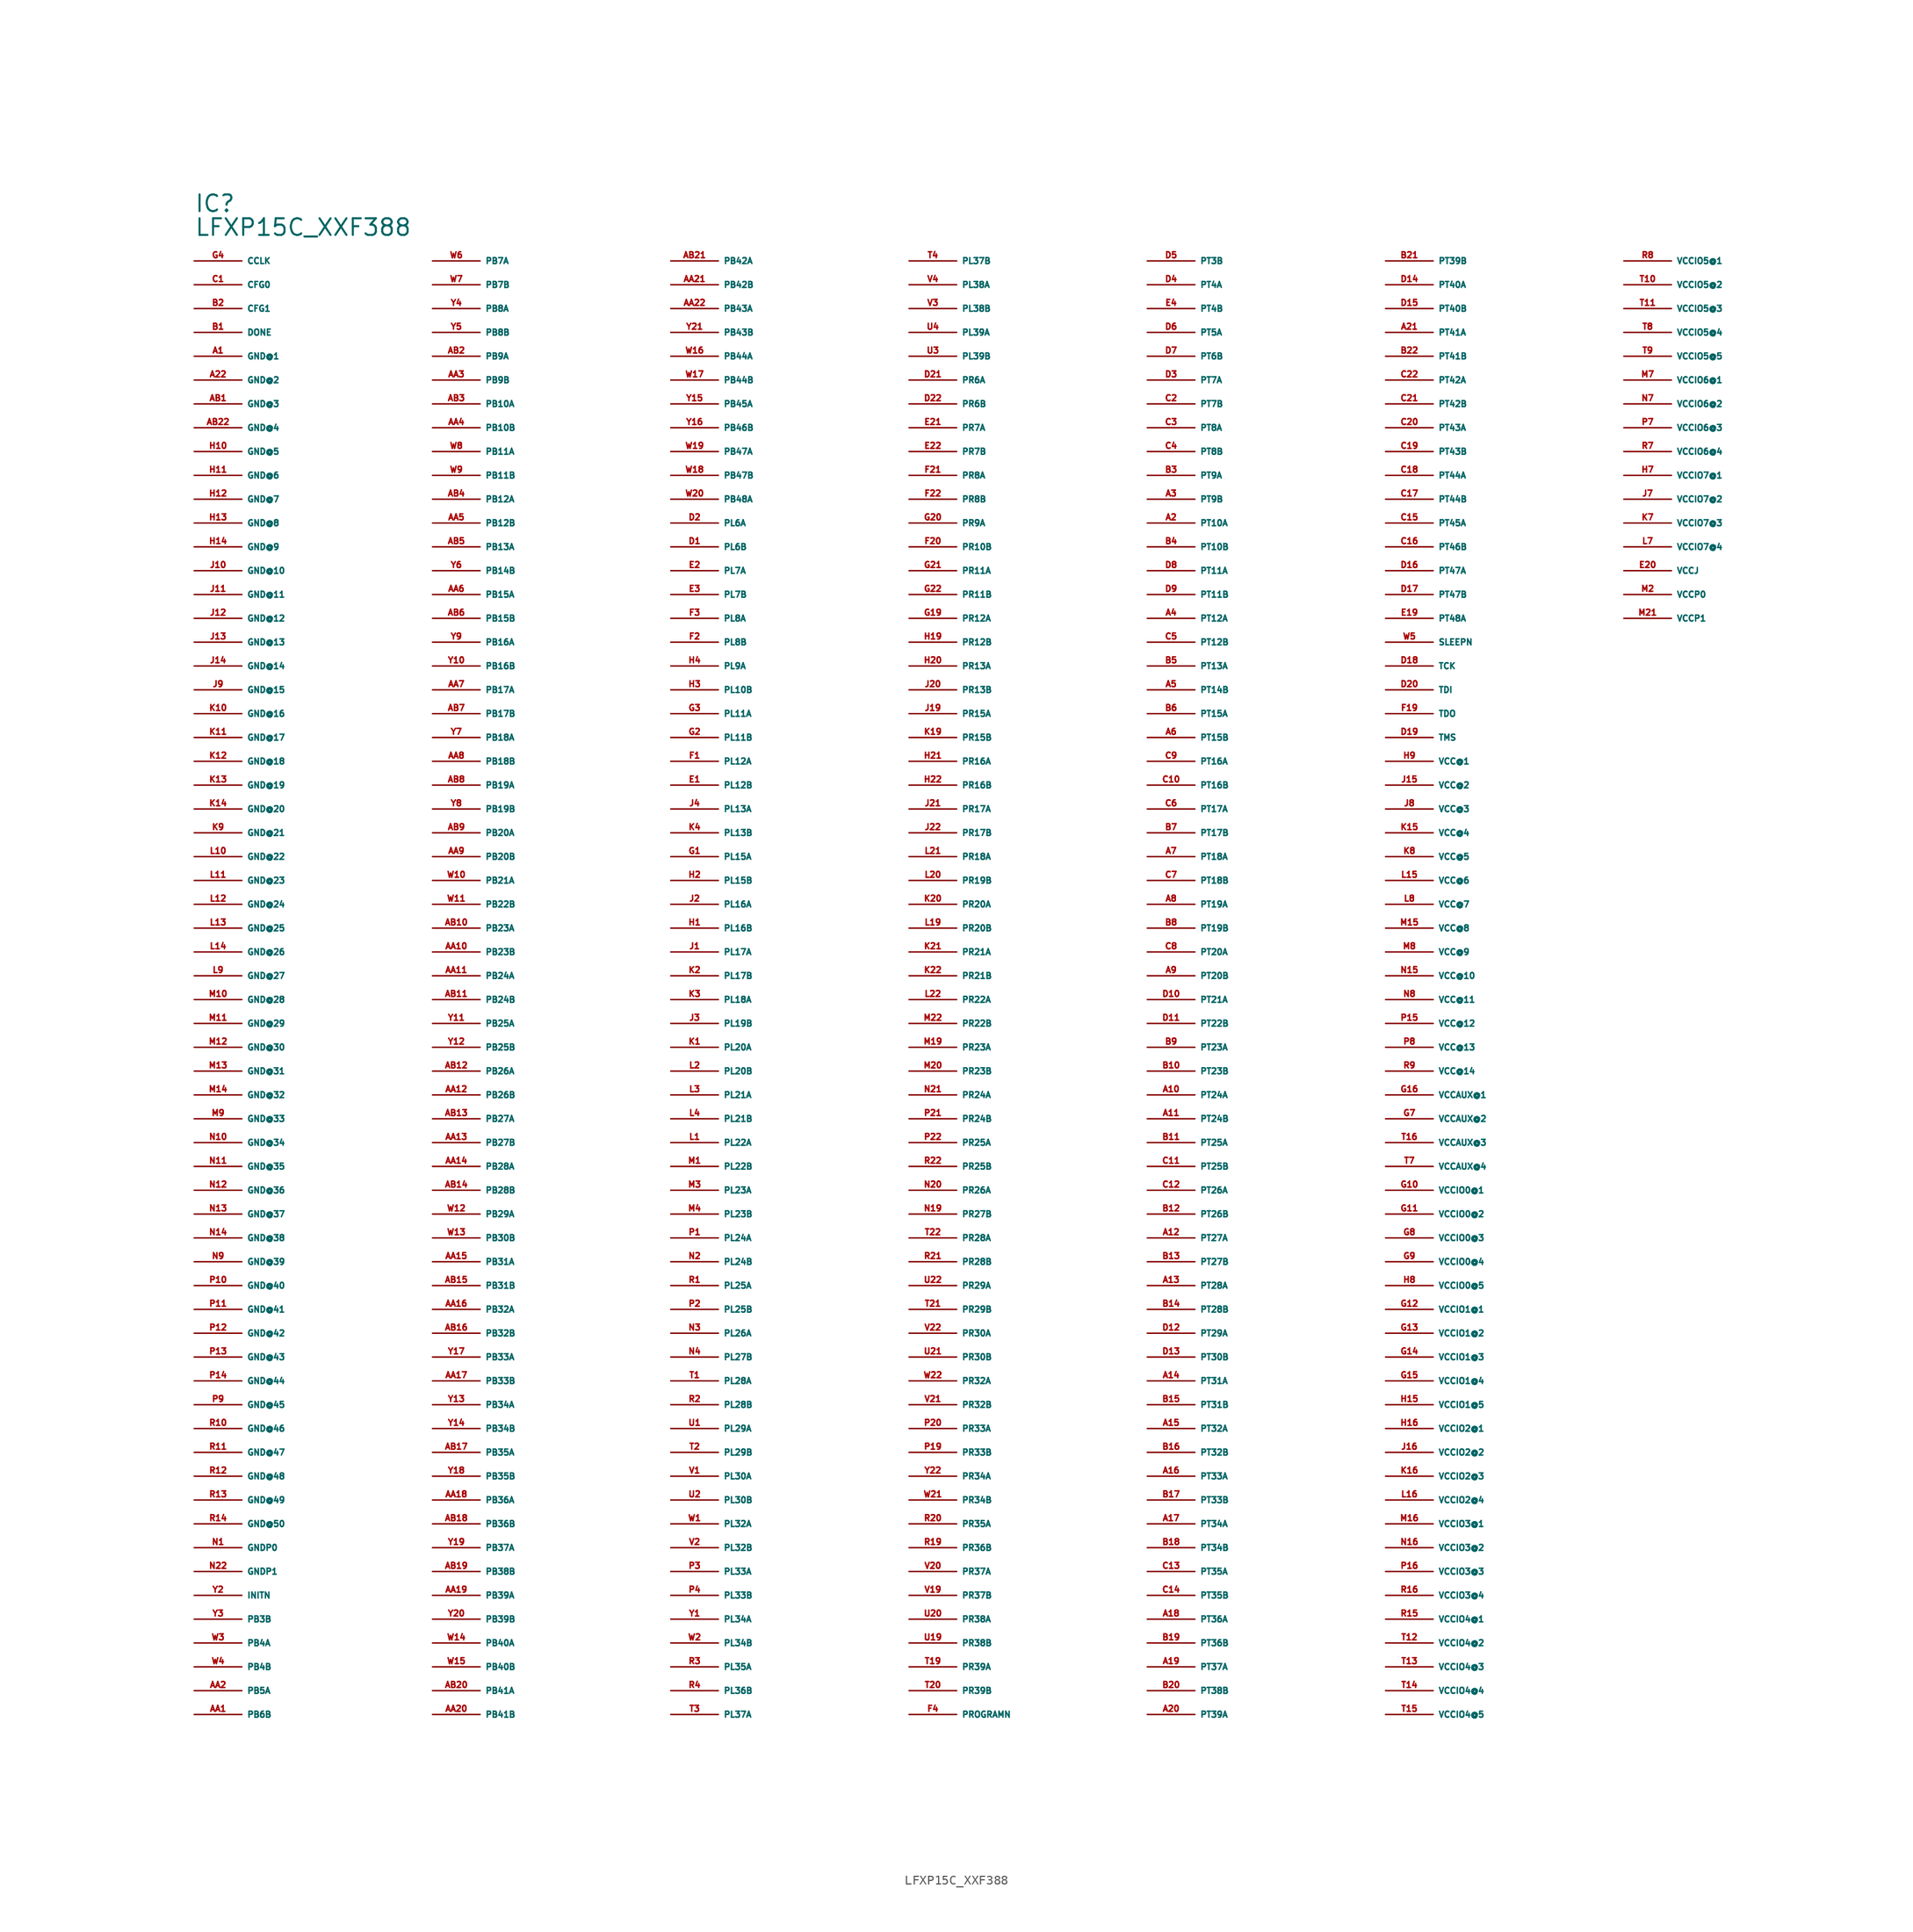
<source format=kicad_sym>
(kicad_symbol_lib
  (version 20220914)
  (generator Eagle2Kicad)
  (symbol "LFXP15C_XXF388"
    (property "Reference" "IC"
      (at -81.28 86.36 0)
      (effects (font (size 1.778 1.778) (thickness 0.22)) (justify left bottom)))
    (property "Value" "LFXP15C_XXF388"
      (at -81.28 83.82 0)
      (effects (font (size 1.778 1.778) (thickness 0.22)) (justify left bottom)))
    (pin bidirectional line
      (at -81.28 81.28 0)
      (length 5.08)
      (name "CCLK" (effects (font (size 0.635 0.635) (thickness 0.08)) (justify left bottom)))
      (number "G4" (effects (font (size 0.635 0.635) (thickness 0.08)) (justify left bottom))))
    (pin input line
      (at -81.28 78.74 0)
      (length 5.08)
      (name "CFG0" (effects (font (size 0.635 0.635) (thickness 0.08)) (justify left bottom)))
      (number "C1" (effects (font (size 0.635 0.635) (thickness 0.08)) (justify left bottom))))
    (pin input line
      (at -81.28 76.2 0)
      (length 5.08)
      (name "CFG1" (effects (font (size 0.635 0.635) (thickness 0.08)) (justify left bottom)))
      (number "B2" (effects (font (size 0.635 0.635) (thickness 0.08)) (justify left bottom))))
    (pin bidirectional line
      (at -81.28 73.66 0)
      (length 5.08)
      (name "DONE" (effects (font (size 0.635 0.635) (thickness 0.08)) (justify left bottom)))
      (number "B1" (effects (font (size 0.635 0.635) (thickness 0.08)) (justify left bottom))))
    (pin unspecified line
      (at -81.28 71.12 0)
      (length 5.08)
      (name "GND@1" (effects (font (size 0.635 0.635) (thickness 0.08)) (justify left bottom)))
      (number "A1" (effects (font (size 0.635 0.635) (thickness 0.08)) (justify left bottom))))
    (pin unspecified line
      (at -81.28 68.58 0)
      (length 5.08)
      (name "GND@2" (effects (font (size 0.635 0.635) (thickness 0.08)) (justify left bottom)))
      (number "A22" (effects (font (size 0.635 0.635) (thickness 0.08)) (justify left bottom))))
    (pin unspecified line
      (at -81.28 66.04 0)
      (length 5.08)
      (name "GND@3" (effects (font (size 0.635 0.635) (thickness 0.08)) (justify left bottom)))
      (number "AB1" (effects (font (size 0.635 0.635) (thickness 0.08)) (justify left bottom))))
    (pin unspecified line
      (at -81.28 63.5 0)
      (length 5.08)
      (name "GND@4" (effects (font (size 0.635 0.635) (thickness 0.08)) (justify left bottom)))
      (number "AB22" (effects (font (size 0.635 0.635) (thickness 0.08)) (justify left bottom))))
    (pin unspecified line
      (at -81.28 60.96 0)
      (length 5.08)
      (name "GND@5" (effects (font (size 0.635 0.635) (thickness 0.08)) (justify left bottom)))
      (number "H10" (effects (font (size 0.635 0.635) (thickness 0.08)) (justify left bottom))))
    (pin unspecified line
      (at -81.28 58.42 0)
      (length 5.08)
      (name "GND@6" (effects (font (size 0.635 0.635) (thickness 0.08)) (justify left bottom)))
      (number "H11" (effects (font (size 0.635 0.635) (thickness 0.08)) (justify left bottom))))
    (pin unspecified line
      (at -81.28 55.88 0)
      (length 5.08)
      (name "GND@7" (effects (font (size 0.635 0.635) (thickness 0.08)) (justify left bottom)))
      (number "H12" (effects (font (size 0.635 0.635) (thickness 0.08)) (justify left bottom))))
    (pin unspecified line
      (at -81.28 53.34 0)
      (length 5.08)
      (name "GND@8" (effects (font (size 0.635 0.635) (thickness 0.08)) (justify left bottom)))
      (number "H13" (effects (font (size 0.635 0.635) (thickness 0.08)) (justify left bottom))))
    (pin unspecified line
      (at -81.28 50.8 0)
      (length 5.08)
      (name "GND@9" (effects (font (size 0.635 0.635) (thickness 0.08)) (justify left bottom)))
      (number "H14" (effects (font (size 0.635 0.635) (thickness 0.08)) (justify left bottom))))
    (pin unspecified line
      (at -81.28 48.26 0)
      (length 5.08)
      (name "GND@10" (effects (font (size 0.635 0.635) (thickness 0.08)) (justify left bottom)))
      (number "J10" (effects (font (size 0.635 0.635) (thickness 0.08)) (justify left bottom))))
    (pin unspecified line
      (at -81.28 45.72 0)
      (length 5.08)
      (name "GND@11" (effects (font (size 0.635 0.635) (thickness 0.08)) (justify left bottom)))
      (number "J11" (effects (font (size 0.635 0.635) (thickness 0.08)) (justify left bottom))))
    (pin unspecified line
      (at -81.28 43.18 0)
      (length 5.08)
      (name "GND@12" (effects (font (size 0.635 0.635) (thickness 0.08)) (justify left bottom)))
      (number "J12" (effects (font (size 0.635 0.635) (thickness 0.08)) (justify left bottom))))
    (pin unspecified line
      (at -81.28 40.64 0)
      (length 5.08)
      (name "GND@13" (effects (font (size 0.635 0.635) (thickness 0.08)) (justify left bottom)))
      (number "J13" (effects (font (size 0.635 0.635) (thickness 0.08)) (justify left bottom))))
    (pin unspecified line
      (at -81.28 38.1 0)
      (length 5.08)
      (name "GND@14" (effects (font (size 0.635 0.635) (thickness 0.08)) (justify left bottom)))
      (number "J14" (effects (font (size 0.635 0.635) (thickness 0.08)) (justify left bottom))))
    (pin unspecified line
      (at -81.28 35.56 0)
      (length 5.08)
      (name "GND@15" (effects (font (size 0.635 0.635) (thickness 0.08)) (justify left bottom)))
      (number "J9" (effects (font (size 0.635 0.635) (thickness 0.08)) (justify left bottom))))
    (pin unspecified line
      (at -81.28 33.02 0)
      (length 5.08)
      (name "GND@16" (effects (font (size 0.635 0.635) (thickness 0.08)) (justify left bottom)))
      (number "K10" (effects (font (size 0.635 0.635) (thickness 0.08)) (justify left bottom))))
    (pin unspecified line
      (at -81.28 30.48 0)
      (length 5.08)
      (name "GND@17" (effects (font (size 0.635 0.635) (thickness 0.08)) (justify left bottom)))
      (number "K11" (effects (font (size 0.635 0.635) (thickness 0.08)) (justify left bottom))))
    (pin unspecified line
      (at -81.28 27.94 0)
      (length 5.08)
      (name "GND@18" (effects (font (size 0.635 0.635) (thickness 0.08)) (justify left bottom)))
      (number "K12" (effects (font (size 0.635 0.635) (thickness 0.08)) (justify left bottom))))
    (pin unspecified line
      (at -81.28 25.4 0)
      (length 5.08)
      (name "GND@19" (effects (font (size 0.635 0.635) (thickness 0.08)) (justify left bottom)))
      (number "K13" (effects (font (size 0.635 0.635) (thickness 0.08)) (justify left bottom))))
    (pin unspecified line
      (at -81.28 22.86 0)
      (length 5.08)
      (name "GND@20" (effects (font (size 0.635 0.635) (thickness 0.08)) (justify left bottom)))
      (number "K14" (effects (font (size 0.635 0.635) (thickness 0.08)) (justify left bottom))))
    (pin unspecified line
      (at -81.28 20.32 0)
      (length 5.08)
      (name "GND@21" (effects (font (size 0.635 0.635) (thickness 0.08)) (justify left bottom)))
      (number "K9" (effects (font (size 0.635 0.635) (thickness 0.08)) (justify left bottom))))
    (pin unspecified line
      (at -81.28 17.78 0)
      (length 5.08)
      (name "GND@22" (effects (font (size 0.635 0.635) (thickness 0.08)) (justify left bottom)))
      (number "L10" (effects (font (size 0.635 0.635) (thickness 0.08)) (justify left bottom))))
    (pin unspecified line
      (at -81.28 15.24 0)
      (length 5.08)
      (name "GND@23" (effects (font (size 0.635 0.635) (thickness 0.08)) (justify left bottom)))
      (number "L11" (effects (font (size 0.635 0.635) (thickness 0.08)) (justify left bottom))))
    (pin unspecified line
      (at -81.28 12.7 0)
      (length 5.08)
      (name "GND@24" (effects (font (size 0.635 0.635) (thickness 0.08)) (justify left bottom)))
      (number "L12" (effects (font (size 0.635 0.635) (thickness 0.08)) (justify left bottom))))
    (pin unspecified line
      (at -81.28 10.16 0)
      (length 5.08)
      (name "GND@25" (effects (font (size 0.635 0.635) (thickness 0.08)) (justify left bottom)))
      (number "L13" (effects (font (size 0.635 0.635) (thickness 0.08)) (justify left bottom))))
    (pin unspecified line
      (at -81.28 7.62 0)
      (length 5.08)
      (name "GND@26" (effects (font (size 0.635 0.635) (thickness 0.08)) (justify left bottom)))
      (number "L14" (effects (font (size 0.635 0.635) (thickness 0.08)) (justify left bottom))))
    (pin unspecified line
      (at -81.28 5.08 0)
      (length 5.08)
      (name "GND@27" (effects (font (size 0.635 0.635) (thickness 0.08)) (justify left bottom)))
      (number "L9" (effects (font (size 0.635 0.635) (thickness 0.08)) (justify left bottom))))
    (pin unspecified line
      (at -81.28 2.54 0)
      (length 5.08)
      (name "GND@28" (effects (font (size 0.635 0.635) (thickness 0.08)) (justify left bottom)))
      (number "M10" (effects (font (size 0.635 0.635) (thickness 0.08)) (justify left bottom))))
    (pin unspecified line
      (at -81.28 0 0)
      (length 5.08)
      (name "GND@29" (effects (font (size 0.635 0.635) (thickness 0.08)) (justify left bottom)))
      (number "M11" (effects (font (size 0.635 0.635) (thickness 0.08)) (justify left bottom))))
    (pin unspecified line
      (at -81.28 -2.54 0)
      (length 5.08)
      (name "GND@30" (effects (font (size 0.635 0.635) (thickness 0.08)) (justify left bottom)))
      (number "M12" (effects (font (size 0.635 0.635) (thickness 0.08)) (justify left bottom))))
    (pin unspecified line
      (at -81.28 -5.08 0)
      (length 5.08)
      (name "GND@31" (effects (font (size 0.635 0.635) (thickness 0.08)) (justify left bottom)))
      (number "M13" (effects (font (size 0.635 0.635) (thickness 0.08)) (justify left bottom))))
    (pin unspecified line
      (at -81.28 -7.62 0)
      (length 5.08)
      (name "GND@32" (effects (font (size 0.635 0.635) (thickness 0.08)) (justify left bottom)))
      (number "M14" (effects (font (size 0.635 0.635) (thickness 0.08)) (justify left bottom))))
    (pin unspecified line
      (at -81.28 -10.16 0)
      (length 5.08)
      (name "GND@33" (effects (font (size 0.635 0.635) (thickness 0.08)) (justify left bottom)))
      (number "M9" (effects (font (size 0.635 0.635) (thickness 0.08)) (justify left bottom))))
    (pin unspecified line
      (at -81.28 -12.7 0)
      (length 5.08)
      (name "GND@34" (effects (font (size 0.635 0.635) (thickness 0.08)) (justify left bottom)))
      (number "N10" (effects (font (size 0.635 0.635) (thickness 0.08)) (justify left bottom))))
    (pin unspecified line
      (at -81.28 -15.24 0)
      (length 5.08)
      (name "GND@35" (effects (font (size 0.635 0.635) (thickness 0.08)) (justify left bottom)))
      (number "N11" (effects (font (size 0.635 0.635) (thickness 0.08)) (justify left bottom))))
    (pin unspecified line
      (at -81.28 -17.78 0)
      (length 5.08)
      (name "GND@36" (effects (font (size 0.635 0.635) (thickness 0.08)) (justify left bottom)))
      (number "N12" (effects (font (size 0.635 0.635) (thickness 0.08)) (justify left bottom))))
    (pin unspecified line
      (at -81.28 -20.32 0)
      (length 5.08)
      (name "GND@37" (effects (font (size 0.635 0.635) (thickness 0.08)) (justify left bottom)))
      (number "N13" (effects (font (size 0.635 0.635) (thickness 0.08)) (justify left bottom))))
    (pin unspecified line
      (at -81.28 -22.86 0)
      (length 5.08)
      (name "GND@38" (effects (font (size 0.635 0.635) (thickness 0.08)) (justify left bottom)))
      (number "N14" (effects (font (size 0.635 0.635) (thickness 0.08)) (justify left bottom))))
    (pin unspecified line
      (at -81.28 -25.4 0)
      (length 5.08)
      (name "GND@39" (effects (font (size 0.635 0.635) (thickness 0.08)) (justify left bottom)))
      (number "N9" (effects (font (size 0.635 0.635) (thickness 0.08)) (justify left bottom))))
    (pin unspecified line
      (at -81.28 -27.94 0)
      (length 5.08)
      (name "GND@40" (effects (font (size 0.635 0.635) (thickness 0.08)) (justify left bottom)))
      (number "P10" (effects (font (size 0.635 0.635) (thickness 0.08)) (justify left bottom))))
    (pin unspecified line
      (at -81.28 -30.48 0)
      (length 5.08)
      (name "GND@41" (effects (font (size 0.635 0.635) (thickness 0.08)) (justify left bottom)))
      (number "P11" (effects (font (size 0.635 0.635) (thickness 0.08)) (justify left bottom))))
    (pin unspecified line
      (at -81.28 -33.02 0)
      (length 5.08)
      (name "GND@42" (effects (font (size 0.635 0.635) (thickness 0.08)) (justify left bottom)))
      (number "P12" (effects (font (size 0.635 0.635) (thickness 0.08)) (justify left bottom))))
    (pin unspecified line
      (at -81.28 -35.56 0)
      (length 5.08)
      (name "GND@43" (effects (font (size 0.635 0.635) (thickness 0.08)) (justify left bottom)))
      (number "P13" (effects (font (size 0.635 0.635) (thickness 0.08)) (justify left bottom))))
    (pin unspecified line
      (at -81.28 -38.1 0)
      (length 5.08)
      (name "GND@44" (effects (font (size 0.635 0.635) (thickness 0.08)) (justify left bottom)))
      (number "P14" (effects (font (size 0.635 0.635) (thickness 0.08)) (justify left bottom))))
    (pin unspecified line
      (at -81.28 -40.64 0)
      (length 5.08)
      (name "GND@45" (effects (font (size 0.635 0.635) (thickness 0.08)) (justify left bottom)))
      (number "P9" (effects (font (size 0.635 0.635) (thickness 0.08)) (justify left bottom))))
    (pin unspecified line
      (at -81.28 -43.18 0)
      (length 5.08)
      (name "GND@46" (effects (font (size 0.635 0.635) (thickness 0.08)) (justify left bottom)))
      (number "R10" (effects (font (size 0.635 0.635) (thickness 0.08)) (justify left bottom))))
    (pin unspecified line
      (at -81.28 -45.72 0)
      (length 5.08)
      (name "GND@47" (effects (font (size 0.635 0.635) (thickness 0.08)) (justify left bottom)))
      (number "R11" (effects (font (size 0.635 0.635) (thickness 0.08)) (justify left bottom))))
    (pin unspecified line
      (at -81.28 -48.26 0)
      (length 5.08)
      (name "GND@48" (effects (font (size 0.635 0.635) (thickness 0.08)) (justify left bottom)))
      (number "R12" (effects (font (size 0.635 0.635) (thickness 0.08)) (justify left bottom))))
    (pin unspecified line
      (at -81.28 -50.8 0)
      (length 5.08)
      (name "GND@49" (effects (font (size 0.635 0.635) (thickness 0.08)) (justify left bottom)))
      (number "R13" (effects (font (size 0.635 0.635) (thickness 0.08)) (justify left bottom))))
    (pin unspecified line
      (at -81.28 -53.34 0)
      (length 5.08)
      (name "GND@50" (effects (font (size 0.635 0.635) (thickness 0.08)) (justify left bottom)))
      (number "R14" (effects (font (size 0.635 0.635) (thickness 0.08)) (justify left bottom))))
    (pin unspecified line
      (at -81.28 -55.88 0)
      (length 5.08)
      (name "GNDP0" (effects (font (size 0.635 0.635) (thickness 0.08)) (justify left bottom)))
      (number "N1" (effects (font (size 0.635 0.635) (thickness 0.08)) (justify left bottom))))
    (pin unspecified line
      (at -81.28 -58.42 0)
      (length 5.08)
      (name "GNDP1" (effects (font (size 0.635 0.635) (thickness 0.08)) (justify left bottom)))
      (number "N22" (effects (font (size 0.635 0.635) (thickness 0.08)) (justify left bottom))))
    (pin bidirectional line
      (at -81.28 -60.96 0)
      (length 5.08)
      (name "INITN" (effects (font (size 0.635 0.635) (thickness 0.08)) (justify left bottom)))
      (number "Y2" (effects (font (size 0.635 0.635) (thickness 0.08)) (justify left bottom))))
    (pin bidirectional line
      (at -81.28 -63.5 0)
      (length 5.08)
      (name "PB3B" (effects (font (size 0.635 0.635) (thickness 0.08)) (justify left bottom)))
      (number "Y3" (effects (font (size 0.635 0.635) (thickness 0.08)) (justify left bottom))))
    (pin bidirectional line
      (at -81.28 -66.04 0)
      (length 5.08)
      (name "PB4A" (effects (font (size 0.635 0.635) (thickness 0.08)) (justify left bottom)))
      (number "W3" (effects (font (size 0.635 0.635) (thickness 0.08)) (justify left bottom))))
    (pin bidirectional line
      (at -81.28 -68.58 0)
      (length 5.08)
      (name "PB4B" (effects (font (size 0.635 0.635) (thickness 0.08)) (justify left bottom)))
      (number "W4" (effects (font (size 0.635 0.635) (thickness 0.08)) (justify left bottom))))
    (pin bidirectional line
      (at -81.28 -71.12 0)
      (length 5.08)
      (name "PB5A" (effects (font (size 0.635 0.635) (thickness 0.08)) (justify left bottom)))
      (number "AA2" (effects (font (size 0.635 0.635) (thickness 0.08)) (justify left bottom))))
    (pin bidirectional line
      (at -81.28 -73.66 0)
      (length 5.08)
      (name "PB6B" (effects (font (size 0.635 0.635) (thickness 0.08)) (justify left bottom)))
      (number "AA1" (effects (font (size 0.635 0.635) (thickness 0.08)) (justify left bottom))))
    (pin bidirectional line
      (at -55.88 81.28 0)
      (length 5.08)
      (name "PB7A" (effects (font (size 0.635 0.635) (thickness 0.08)) (justify left bottom)))
      (number "W6" (effects (font (size 0.635 0.635) (thickness 0.08)) (justify left bottom))))
    (pin bidirectional line
      (at -55.88 78.74 0)
      (length 5.08)
      (name "PB7B" (effects (font (size 0.635 0.635) (thickness 0.08)) (justify left bottom)))
      (number "W7" (effects (font (size 0.635 0.635) (thickness 0.08)) (justify left bottom))))
    (pin bidirectional line
      (at -55.88 76.2 0)
      (length 5.08)
      (name "PB8A" (effects (font (size 0.635 0.635) (thickness 0.08)) (justify left bottom)))
      (number "Y4" (effects (font (size 0.635 0.635) (thickness 0.08)) (justify left bottom))))
    (pin bidirectional line
      (at -55.88 73.66 0)
      (length 5.08)
      (name "PB8B" (effects (font (size 0.635 0.635) (thickness 0.08)) (justify left bottom)))
      (number "Y5" (effects (font (size 0.635 0.635) (thickness 0.08)) (justify left bottom))))
    (pin bidirectional line
      (at -55.88 71.12 0)
      (length 5.08)
      (name "PB9A" (effects (font (size 0.635 0.635) (thickness 0.08)) (justify left bottom)))
      (number "AB2" (effects (font (size 0.635 0.635) (thickness 0.08)) (justify left bottom))))
    (pin bidirectional line
      (at -55.88 68.58 0)
      (length 5.08)
      (name "PB9B" (effects (font (size 0.635 0.635) (thickness 0.08)) (justify left bottom)))
      (number "AA3" (effects (font (size 0.635 0.635) (thickness 0.08)) (justify left bottom))))
    (pin bidirectional line
      (at -55.88 66.04 0)
      (length 5.08)
      (name "PB10A" (effects (font (size 0.635 0.635) (thickness 0.08)) (justify left bottom)))
      (number "AB3" (effects (font (size 0.635 0.635) (thickness 0.08)) (justify left bottom))))
    (pin bidirectional line
      (at -55.88 63.5 0)
      (length 5.08)
      (name "PB10B" (effects (font (size 0.635 0.635) (thickness 0.08)) (justify left bottom)))
      (number "AA4" (effects (font (size 0.635 0.635) (thickness 0.08)) (justify left bottom))))
    (pin bidirectional line
      (at -55.88 60.96 0)
      (length 5.08)
      (name "PB11A" (effects (font (size 0.635 0.635) (thickness 0.08)) (justify left bottom)))
      (number "W8" (effects (font (size 0.635 0.635) (thickness 0.08)) (justify left bottom))))
    (pin bidirectional line
      (at -55.88 58.42 0)
      (length 5.08)
      (name "PB11B" (effects (font (size 0.635 0.635) (thickness 0.08)) (justify left bottom)))
      (number "W9" (effects (font (size 0.635 0.635) (thickness 0.08)) (justify left bottom))))
    (pin bidirectional line
      (at -55.88 55.88 0)
      (length 5.08)
      (name "PB12A" (effects (font (size 0.635 0.635) (thickness 0.08)) (justify left bottom)))
      (number "AB4" (effects (font (size 0.635 0.635) (thickness 0.08)) (justify left bottom))))
    (pin bidirectional line
      (at -55.88 53.34 0)
      (length 5.08)
      (name "PB12B" (effects (font (size 0.635 0.635) (thickness 0.08)) (justify left bottom)))
      (number "AA5" (effects (font (size 0.635 0.635) (thickness 0.08)) (justify left bottom))))
    (pin bidirectional line
      (at -55.88 50.8 0)
      (length 5.08)
      (name "PB13A" (effects (font (size 0.635 0.635) (thickness 0.08)) (justify left bottom)))
      (number "AB5" (effects (font (size 0.635 0.635) (thickness 0.08)) (justify left bottom))))
    (pin bidirectional line
      (at -55.88 48.26 0)
      (length 5.08)
      (name "PB14B" (effects (font (size 0.635 0.635) (thickness 0.08)) (justify left bottom)))
      (number "Y6" (effects (font (size 0.635 0.635) (thickness 0.08)) (justify left bottom))))
    (pin bidirectional line
      (at -55.88 45.72 0)
      (length 5.08)
      (name "PB15A" (effects (font (size 0.635 0.635) (thickness 0.08)) (justify left bottom)))
      (number "AA6" (effects (font (size 0.635 0.635) (thickness 0.08)) (justify left bottom))))
    (pin bidirectional line
      (at -55.88 43.18 0)
      (length 5.08)
      (name "PB15B" (effects (font (size 0.635 0.635) (thickness 0.08)) (justify left bottom)))
      (number "AB6" (effects (font (size 0.635 0.635) (thickness 0.08)) (justify left bottom))))
    (pin bidirectional line
      (at -55.88 40.64 0)
      (length 5.08)
      (name "PB16A" (effects (font (size 0.635 0.635) (thickness 0.08)) (justify left bottom)))
      (number "Y9" (effects (font (size 0.635 0.635) (thickness 0.08)) (justify left bottom))))
    (pin bidirectional line
      (at -55.88 38.1 0)
      (length 5.08)
      (name "PB16B" (effects (font (size 0.635 0.635) (thickness 0.08)) (justify left bottom)))
      (number "Y10" (effects (font (size 0.635 0.635) (thickness 0.08)) (justify left bottom))))
    (pin bidirectional line
      (at -55.88 35.56 0)
      (length 5.08)
      (name "PB17A" (effects (font (size 0.635 0.635) (thickness 0.08)) (justify left bottom)))
      (number "AA7" (effects (font (size 0.635 0.635) (thickness 0.08)) (justify left bottom))))
    (pin bidirectional line
      (at -55.88 33.02 0)
      (length 5.08)
      (name "PB17B" (effects (font (size 0.635 0.635) (thickness 0.08)) (justify left bottom)))
      (number "AB7" (effects (font (size 0.635 0.635) (thickness 0.08)) (justify left bottom))))
    (pin bidirectional line
      (at -55.88 30.48 0)
      (length 5.08)
      (name "PB18A" (effects (font (size 0.635 0.635) (thickness 0.08)) (justify left bottom)))
      (number "Y7" (effects (font (size 0.635 0.635) (thickness 0.08)) (justify left bottom))))
    (pin bidirectional line
      (at -55.88 27.94 0)
      (length 5.08)
      (name "PB18B" (effects (font (size 0.635 0.635) (thickness 0.08)) (justify left bottom)))
      (number "AA8" (effects (font (size 0.635 0.635) (thickness 0.08)) (justify left bottom))))
    (pin bidirectional line
      (at -55.88 25.4 0)
      (length 5.08)
      (name "PB19A" (effects (font (size 0.635 0.635) (thickness 0.08)) (justify left bottom)))
      (number "AB8" (effects (font (size 0.635 0.635) (thickness 0.08)) (justify left bottom))))
    (pin bidirectional line
      (at -55.88 22.86 0)
      (length 5.08)
      (name "PB19B" (effects (font (size 0.635 0.635) (thickness 0.08)) (justify left bottom)))
      (number "Y8" (effects (font (size 0.635 0.635) (thickness 0.08)) (justify left bottom))))
    (pin bidirectional line
      (at -55.88 20.32 0)
      (length 5.08)
      (name "PB20A" (effects (font (size 0.635 0.635) (thickness 0.08)) (justify left bottom)))
      (number "AB9" (effects (font (size 0.635 0.635) (thickness 0.08)) (justify left bottom))))
    (pin bidirectional line
      (at -55.88 17.78 0)
      (length 5.08)
      (name "PB20B" (effects (font (size 0.635 0.635) (thickness 0.08)) (justify left bottom)))
      (number "AA9" (effects (font (size 0.635 0.635) (thickness 0.08)) (justify left bottom))))
    (pin bidirectional line
      (at -55.88 15.24 0)
      (length 5.08)
      (name "PB21A" (effects (font (size 0.635 0.635) (thickness 0.08)) (justify left bottom)))
      (number "W10" (effects (font (size 0.635 0.635) (thickness 0.08)) (justify left bottom))))
    (pin bidirectional line
      (at -55.88 12.7 0)
      (length 5.08)
      (name "PB22B" (effects (font (size 0.635 0.635) (thickness 0.08)) (justify left bottom)))
      (number "W11" (effects (font (size 0.635 0.635) (thickness 0.08)) (justify left bottom))))
    (pin bidirectional line
      (at -55.88 10.16 0)
      (length 5.08)
      (name "PB23A" (effects (font (size 0.635 0.635) (thickness 0.08)) (justify left bottom)))
      (number "AB10" (effects (font (size 0.635 0.635) (thickness 0.08)) (justify left bottom))))
    (pin bidirectional line
      (at -55.88 7.62 0)
      (length 5.08)
      (name "PB23B" (effects (font (size 0.635 0.635) (thickness 0.08)) (justify left bottom)))
      (number "AA10" (effects (font (size 0.635 0.635) (thickness 0.08)) (justify left bottom))))
    (pin bidirectional line
      (at -55.88 5.08 0)
      (length 5.08)
      (name "PB24A" (effects (font (size 0.635 0.635) (thickness 0.08)) (justify left bottom)))
      (number "AA11" (effects (font (size 0.635 0.635) (thickness 0.08)) (justify left bottom))))
    (pin bidirectional line
      (at -55.88 2.54 0)
      (length 5.08)
      (name "PB24B" (effects (font (size 0.635 0.635) (thickness 0.08)) (justify left bottom)))
      (number "AB11" (effects (font (size 0.635 0.635) (thickness 0.08)) (justify left bottom))))
    (pin bidirectional line
      (at -55.88 0 0)
      (length 5.08)
      (name "PB25A" (effects (font (size 0.635 0.635) (thickness 0.08)) (justify left bottom)))
      (number "Y11" (effects (font (size 0.635 0.635) (thickness 0.08)) (justify left bottom))))
    (pin bidirectional line
      (at -55.88 -2.54 0)
      (length 5.08)
      (name "PB25B" (effects (font (size 0.635 0.635) (thickness 0.08)) (justify left bottom)))
      (number "Y12" (effects (font (size 0.635 0.635) (thickness 0.08)) (justify left bottom))))
    (pin bidirectional line
      (at -55.88 -5.08 0)
      (length 5.08)
      (name "PB26A" (effects (font (size 0.635 0.635) (thickness 0.08)) (justify left bottom)))
      (number "AB12" (effects (font (size 0.635 0.635) (thickness 0.08)) (justify left bottom))))
    (pin bidirectional line
      (at -55.88 -7.62 0)
      (length 5.08)
      (name "PB26B" (effects (font (size 0.635 0.635) (thickness 0.08)) (justify left bottom)))
      (number "AA12" (effects (font (size 0.635 0.635) (thickness 0.08)) (justify left bottom))))
    (pin bidirectional line
      (at -55.88 -10.16 0)
      (length 5.08)
      (name "PB27A" (effects (font (size 0.635 0.635) (thickness 0.08)) (justify left bottom)))
      (number "AB13" (effects (font (size 0.635 0.635) (thickness 0.08)) (justify left bottom))))
    (pin bidirectional line
      (at -55.88 -12.7 0)
      (length 5.08)
      (name "PB27B" (effects (font (size 0.635 0.635) (thickness 0.08)) (justify left bottom)))
      (number "AA13" (effects (font (size 0.635 0.635) (thickness 0.08)) (justify left bottom))))
    (pin bidirectional line
      (at -55.88 -15.24 0)
      (length 5.08)
      (name "PB28A" (effects (font (size 0.635 0.635) (thickness 0.08)) (justify left bottom)))
      (number "AA14" (effects (font (size 0.635 0.635) (thickness 0.08)) (justify left bottom))))
    (pin bidirectional line
      (at -55.88 -17.78 0)
      (length 5.08)
      (name "PB28B" (effects (font (size 0.635 0.635) (thickness 0.08)) (justify left bottom)))
      (number "AB14" (effects (font (size 0.635 0.635) (thickness 0.08)) (justify left bottom))))
    (pin bidirectional line
      (at -55.88 -20.32 0)
      (length 5.08)
      (name "PB29A" (effects (font (size 0.635 0.635) (thickness 0.08)) (justify left bottom)))
      (number "W12" (effects (font (size 0.635 0.635) (thickness 0.08)) (justify left bottom))))
    (pin bidirectional line
      (at -55.88 -22.86 0)
      (length 5.08)
      (name "PB30B" (effects (font (size 0.635 0.635) (thickness 0.08)) (justify left bottom)))
      (number "W13" (effects (font (size 0.635 0.635) (thickness 0.08)) (justify left bottom))))
    (pin bidirectional line
      (at -55.88 -25.4 0)
      (length 5.08)
      (name "PB31A" (effects (font (size 0.635 0.635) (thickness 0.08)) (justify left bottom)))
      (number "AA15" (effects (font (size 0.635 0.635) (thickness 0.08)) (justify left bottom))))
    (pin bidirectional line
      (at -55.88 -27.94 0)
      (length 5.08)
      (name "PB31B" (effects (font (size 0.635 0.635) (thickness 0.08)) (justify left bottom)))
      (number "AB15" (effects (font (size 0.635 0.635) (thickness 0.08)) (justify left bottom))))
    (pin bidirectional line
      (at -55.88 -30.48 0)
      (length 5.08)
      (name "PB32A" (effects (font (size 0.635 0.635) (thickness 0.08)) (justify left bottom)))
      (number "AA16" (effects (font (size 0.635 0.635) (thickness 0.08)) (justify left bottom))))
    (pin bidirectional line
      (at -55.88 -33.02 0)
      (length 5.08)
      (name "PB32B" (effects (font (size 0.635 0.635) (thickness 0.08)) (justify left bottom)))
      (number "AB16" (effects (font (size 0.635 0.635) (thickness 0.08)) (justify left bottom))))
    (pin bidirectional line
      (at -55.88 -35.56 0)
      (length 5.08)
      (name "PB33A" (effects (font (size 0.635 0.635) (thickness 0.08)) (justify left bottom)))
      (number "Y17" (effects (font (size 0.635 0.635) (thickness 0.08)) (justify left bottom))))
    (pin bidirectional line
      (at -55.88 -38.1 0)
      (length 5.08)
      (name "PB33B" (effects (font (size 0.635 0.635) (thickness 0.08)) (justify left bottom)))
      (number "AA17" (effects (font (size 0.635 0.635) (thickness 0.08)) (justify left bottom))))
    (pin bidirectional line
      (at -55.88 -40.64 0)
      (length 5.08)
      (name "PB34A" (effects (font (size 0.635 0.635) (thickness 0.08)) (justify left bottom)))
      (number "Y13" (effects (font (size 0.635 0.635) (thickness 0.08)) (justify left bottom))))
    (pin bidirectional line
      (at -55.88 -43.18 0)
      (length 5.08)
      (name "PB34B" (effects (font (size 0.635 0.635) (thickness 0.08)) (justify left bottom)))
      (number "Y14" (effects (font (size 0.635 0.635) (thickness 0.08)) (justify left bottom))))
    (pin bidirectional line
      (at -55.88 -45.72 0)
      (length 5.08)
      (name "PB35A" (effects (font (size 0.635 0.635) (thickness 0.08)) (justify left bottom)))
      (number "AB17" (effects (font (size 0.635 0.635) (thickness 0.08)) (justify left bottom))))
    (pin bidirectional line
      (at -55.88 -48.26 0)
      (length 5.08)
      (name "PB35B" (effects (font (size 0.635 0.635) (thickness 0.08)) (justify left bottom)))
      (number "Y18" (effects (font (size 0.635 0.635) (thickness 0.08)) (justify left bottom))))
    (pin bidirectional line
      (at -55.88 -50.8 0)
      (length 5.08)
      (name "PB36A" (effects (font (size 0.635 0.635) (thickness 0.08)) (justify left bottom)))
      (number "AA18" (effects (font (size 0.635 0.635) (thickness 0.08)) (justify left bottom))))
    (pin bidirectional line
      (at -55.88 -53.34 0)
      (length 5.08)
      (name "PB36B" (effects (font (size 0.635 0.635) (thickness 0.08)) (justify left bottom)))
      (number "AB18" (effects (font (size 0.635 0.635) (thickness 0.08)) (justify left bottom))))
    (pin bidirectional line
      (at -55.88 -55.88 0)
      (length 5.08)
      (name "PB37A" (effects (font (size 0.635 0.635) (thickness 0.08)) (justify left bottom)))
      (number "Y19" (effects (font (size 0.635 0.635) (thickness 0.08)) (justify left bottom))))
    (pin bidirectional line
      (at -55.88 -58.42 0)
      (length 5.08)
      (name "PB38B" (effects (font (size 0.635 0.635) (thickness 0.08)) (justify left bottom)))
      (number "AB19" (effects (font (size 0.635 0.635) (thickness 0.08)) (justify left bottom))))
    (pin bidirectional line
      (at -55.88 -60.96 0)
      (length 5.08)
      (name "PB39A" (effects (font (size 0.635 0.635) (thickness 0.08)) (justify left bottom)))
      (number "AA19" (effects (font (size 0.635 0.635) (thickness 0.08)) (justify left bottom))))
    (pin bidirectional line
      (at -55.88 -63.5 0)
      (length 5.08)
      (name "PB39B" (effects (font (size 0.635 0.635) (thickness 0.08)) (justify left bottom)))
      (number "Y20" (effects (font (size 0.635 0.635) (thickness 0.08)) (justify left bottom))))
    (pin bidirectional line
      (at -55.88 -66.04 0)
      (length 5.08)
      (name "PB40A" (effects (font (size 0.635 0.635) (thickness 0.08)) (justify left bottom)))
      (number "W14" (effects (font (size 0.635 0.635) (thickness 0.08)) (justify left bottom))))
    (pin bidirectional line
      (at -55.88 -68.58 0)
      (length 5.08)
      (name "PB40B" (effects (font (size 0.635 0.635) (thickness 0.08)) (justify left bottom)))
      (number "W15" (effects (font (size 0.635 0.635) (thickness 0.08)) (justify left bottom))))
    (pin bidirectional line
      (at -55.88 -71.12 0)
      (length 5.08)
      (name "PB41A" (effects (font (size 0.635 0.635) (thickness 0.08)) (justify left bottom)))
      (number "AB20" (effects (font (size 0.635 0.635) (thickness 0.08)) (justify left bottom))))
    (pin bidirectional line
      (at -55.88 -73.66 0)
      (length 5.08)
      (name "PB41B" (effects (font (size 0.635 0.635) (thickness 0.08)) (justify left bottom)))
      (number "AA20" (effects (font (size 0.635 0.635) (thickness 0.08)) (justify left bottom))))
    (pin bidirectional line
      (at -30.48 81.28 0)
      (length 5.08)
      (name "PB42A" (effects (font (size 0.635 0.635) (thickness 0.08)) (justify left bottom)))
      (number "AB21" (effects (font (size 0.635 0.635) (thickness 0.08)) (justify left bottom))))
    (pin bidirectional line
      (at -30.48 78.74 0)
      (length 5.08)
      (name "PB42B" (effects (font (size 0.635 0.635) (thickness 0.08)) (justify left bottom)))
      (number "AA21" (effects (font (size 0.635 0.635) (thickness 0.08)) (justify left bottom))))
    (pin bidirectional line
      (at -30.48 76.2 0)
      (length 5.08)
      (name "PB43A" (effects (font (size 0.635 0.635) (thickness 0.08)) (justify left bottom)))
      (number "AA22" (effects (font (size 0.635 0.635) (thickness 0.08)) (justify left bottom))))
    (pin bidirectional line
      (at -30.48 73.66 0)
      (length 5.08)
      (name "PB43B" (effects (font (size 0.635 0.635) (thickness 0.08)) (justify left bottom)))
      (number "Y21" (effects (font (size 0.635 0.635) (thickness 0.08)) (justify left bottom))))
    (pin bidirectional line
      (at -30.48 71.12 0)
      (length 5.08)
      (name "PB44A" (effects (font (size 0.635 0.635) (thickness 0.08)) (justify left bottom)))
      (number "W16" (effects (font (size 0.635 0.635) (thickness 0.08)) (justify left bottom))))
    (pin bidirectional line
      (at -30.48 68.58 0)
      (length 5.08)
      (name "PB44B" (effects (font (size 0.635 0.635) (thickness 0.08)) (justify left bottom)))
      (number "W17" (effects (font (size 0.635 0.635) (thickness 0.08)) (justify left bottom))))
    (pin bidirectional line
      (at -30.48 66.04 0)
      (length 5.08)
      (name "PB45A" (effects (font (size 0.635 0.635) (thickness 0.08)) (justify left bottom)))
      (number "Y15" (effects (font (size 0.635 0.635) (thickness 0.08)) (justify left bottom))))
    (pin bidirectional line
      (at -30.48 63.5 0)
      (length 5.08)
      (name "PB46B" (effects (font (size 0.635 0.635) (thickness 0.08)) (justify left bottom)))
      (number "Y16" (effects (font (size 0.635 0.635) (thickness 0.08)) (justify left bottom))))
    (pin bidirectional line
      (at -30.48 60.96 0)
      (length 5.08)
      (name "PB47A" (effects (font (size 0.635 0.635) (thickness 0.08)) (justify left bottom)))
      (number "W19" (effects (font (size 0.635 0.635) (thickness 0.08)) (justify left bottom))))
    (pin bidirectional line
      (at -30.48 58.42 0)
      (length 5.08)
      (name "PB47B" (effects (font (size 0.635 0.635) (thickness 0.08)) (justify left bottom)))
      (number "W18" (effects (font (size 0.635 0.635) (thickness 0.08)) (justify left bottom))))
    (pin bidirectional line
      (at -30.48 55.88 0)
      (length 5.08)
      (name "PB48A" (effects (font (size 0.635 0.635) (thickness 0.08)) (justify left bottom)))
      (number "W20" (effects (font (size 0.635 0.635) (thickness 0.08)) (justify left bottom))))
    (pin bidirectional line
      (at -30.48 53.34 0)
      (length 5.08)
      (name "PL6A" (effects (font (size 0.635 0.635) (thickness 0.08)) (justify left bottom)))
      (number "D2" (effects (font (size 0.635 0.635) (thickness 0.08)) (justify left bottom))))
    (pin bidirectional line
      (at -30.48 50.8 0)
      (length 5.08)
      (name "PL6B" (effects (font (size 0.635 0.635) (thickness 0.08)) (justify left bottom)))
      (number "D1" (effects (font (size 0.635 0.635) (thickness 0.08)) (justify left bottom))))
    (pin bidirectional line
      (at -30.48 48.26 0)
      (length 5.08)
      (name "PL7A" (effects (font (size 0.635 0.635) (thickness 0.08)) (justify left bottom)))
      (number "E2" (effects (font (size 0.635 0.635) (thickness 0.08)) (justify left bottom))))
    (pin bidirectional line
      (at -30.48 45.72 0)
      (length 5.08)
      (name "PL7B" (effects (font (size 0.635 0.635) (thickness 0.08)) (justify left bottom)))
      (number "E3" (effects (font (size 0.635 0.635) (thickness 0.08)) (justify left bottom))))
    (pin bidirectional line
      (at -30.48 43.18 0)
      (length 5.08)
      (name "PL8A" (effects (font (size 0.635 0.635) (thickness 0.08)) (justify left bottom)))
      (number "F3" (effects (font (size 0.635 0.635) (thickness 0.08)) (justify left bottom))))
    (pin bidirectional line
      (at -30.48 40.64 0)
      (length 5.08)
      (name "PL8B" (effects (font (size 0.635 0.635) (thickness 0.08)) (justify left bottom)))
      (number "F2" (effects (font (size 0.635 0.635) (thickness 0.08)) (justify left bottom))))
    (pin bidirectional line
      (at -30.48 38.1 0)
      (length 5.08)
      (name "PL9A" (effects (font (size 0.635 0.635) (thickness 0.08)) (justify left bottom)))
      (number "H4" (effects (font (size 0.635 0.635) (thickness 0.08)) (justify left bottom))))
    (pin bidirectional line
      (at -30.48 35.56 0)
      (length 5.08)
      (name "PL10B" (effects (font (size 0.635 0.635) (thickness 0.08)) (justify left bottom)))
      (number "H3" (effects (font (size 0.635 0.635) (thickness 0.08)) (justify left bottom))))
    (pin bidirectional line
      (at -30.48 33.02 0)
      (length 5.08)
      (name "PL11A" (effects (font (size 0.635 0.635) (thickness 0.08)) (justify left bottom)))
      (number "G3" (effects (font (size 0.635 0.635) (thickness 0.08)) (justify left bottom))))
    (pin bidirectional line
      (at -30.48 30.48 0)
      (length 5.08)
      (name "PL11B" (effects (font (size 0.635 0.635) (thickness 0.08)) (justify left bottom)))
      (number "G2" (effects (font (size 0.635 0.635) (thickness 0.08)) (justify left bottom))))
    (pin bidirectional line
      (at -30.48 27.94 0)
      (length 5.08)
      (name "PL12A" (effects (font (size 0.635 0.635) (thickness 0.08)) (justify left bottom)))
      (number "F1" (effects (font (size 0.635 0.635) (thickness 0.08)) (justify left bottom))))
    (pin bidirectional line
      (at -30.48 25.4 0)
      (length 5.08)
      (name "PL12B" (effects (font (size 0.635 0.635) (thickness 0.08)) (justify left bottom)))
      (number "E1" (effects (font (size 0.635 0.635) (thickness 0.08)) (justify left bottom))))
    (pin bidirectional line
      (at -30.48 22.86 0)
      (length 5.08)
      (name "PL13A" (effects (font (size 0.635 0.635) (thickness 0.08)) (justify left bottom)))
      (number "J4" (effects (font (size 0.635 0.635) (thickness 0.08)) (justify left bottom))))
    (pin bidirectional line
      (at -30.48 20.32 0)
      (length 5.08)
      (name "PL13B" (effects (font (size 0.635 0.635) (thickness 0.08)) (justify left bottom)))
      (number "K4" (effects (font (size 0.635 0.635) (thickness 0.08)) (justify left bottom))))
    (pin bidirectional line
      (at -30.48 17.78 0)
      (length 5.08)
      (name "PL15A" (effects (font (size 0.635 0.635) (thickness 0.08)) (justify left bottom)))
      (number "G1" (effects (font (size 0.635 0.635) (thickness 0.08)) (justify left bottom))))
    (pin bidirectional line
      (at -30.48 15.24 0)
      (length 5.08)
      (name "PL15B" (effects (font (size 0.635 0.635) (thickness 0.08)) (justify left bottom)))
      (number "H2" (effects (font (size 0.635 0.635) (thickness 0.08)) (justify left bottom))))
    (pin bidirectional line
      (at -30.48 12.7 0)
      (length 5.08)
      (name "PL16A" (effects (font (size 0.635 0.635) (thickness 0.08)) (justify left bottom)))
      (number "J2" (effects (font (size 0.635 0.635) (thickness 0.08)) (justify left bottom))))
    (pin bidirectional line
      (at -30.48 10.16 0)
      (length 5.08)
      (name "PL16B" (effects (font (size 0.635 0.635) (thickness 0.08)) (justify left bottom)))
      (number "H1" (effects (font (size 0.635 0.635) (thickness 0.08)) (justify left bottom))))
    (pin bidirectional line
      (at -30.48 7.62 0)
      (length 5.08)
      (name "PL17A" (effects (font (size 0.635 0.635) (thickness 0.08)) (justify left bottom)))
      (number "J1" (effects (font (size 0.635 0.635) (thickness 0.08)) (justify left bottom))))
    (pin bidirectional line
      (at -30.48 5.08 0)
      (length 5.08)
      (name "PL17B" (effects (font (size 0.635 0.635) (thickness 0.08)) (justify left bottom)))
      (number "K2" (effects (font (size 0.635 0.635) (thickness 0.08)) (justify left bottom))))
    (pin bidirectional line
      (at -30.48 2.54 0)
      (length 5.08)
      (name "PL18A" (effects (font (size 0.635 0.635) (thickness 0.08)) (justify left bottom)))
      (number "K3" (effects (font (size 0.635 0.635) (thickness 0.08)) (justify left bottom))))
    (pin bidirectional line
      (at -30.48 0 0)
      (length 5.08)
      (name "PL19B" (effects (font (size 0.635 0.635) (thickness 0.08)) (justify left bottom)))
      (number "J3" (effects (font (size 0.635 0.635) (thickness 0.08)) (justify left bottom))))
    (pin bidirectional line
      (at -30.48 -2.54 0)
      (length 5.08)
      (name "PL20A" (effects (font (size 0.635 0.635) (thickness 0.08)) (justify left bottom)))
      (number "K1" (effects (font (size 0.635 0.635) (thickness 0.08)) (justify left bottom))))
    (pin bidirectional line
      (at -30.48 -5.08 0)
      (length 5.08)
      (name "PL20B" (effects (font (size 0.635 0.635) (thickness 0.08)) (justify left bottom)))
      (number "L2" (effects (font (size 0.635 0.635) (thickness 0.08)) (justify left bottom))))
    (pin bidirectional line
      (at -30.48 -7.62 0)
      (length 5.08)
      (name "PL21A" (effects (font (size 0.635 0.635) (thickness 0.08)) (justify left bottom)))
      (number "L3" (effects (font (size 0.635 0.635) (thickness 0.08)) (justify left bottom))))
    (pin bidirectional line
      (at -30.48 -10.16 0)
      (length 5.08)
      (name "PL21B" (effects (font (size 0.635 0.635) (thickness 0.08)) (justify left bottom)))
      (number "L4" (effects (font (size 0.635 0.635) (thickness 0.08)) (justify left bottom))))
    (pin bidirectional line
      (at -30.48 -12.7 0)
      (length 5.08)
      (name "PL22A" (effects (font (size 0.635 0.635) (thickness 0.08)) (justify left bottom)))
      (number "L1" (effects (font (size 0.635 0.635) (thickness 0.08)) (justify left bottom))))
    (pin bidirectional line
      (at -30.48 -15.24 0)
      (length 5.08)
      (name "PL22B" (effects (font (size 0.635 0.635) (thickness 0.08)) (justify left bottom)))
      (number "M1" (effects (font (size 0.635 0.635) (thickness 0.08)) (justify left bottom))))
    (pin bidirectional line
      (at -30.48 -17.78 0)
      (length 5.08)
      (name "PL23A" (effects (font (size 0.635 0.635) (thickness 0.08)) (justify left bottom)))
      (number "M3" (effects (font (size 0.635 0.635) (thickness 0.08)) (justify left bottom))))
    (pin bidirectional line
      (at -30.48 -20.32 0)
      (length 5.08)
      (name "PL23B" (effects (font (size 0.635 0.635) (thickness 0.08)) (justify left bottom)))
      (number "M4" (effects (font (size 0.635 0.635) (thickness 0.08)) (justify left bottom))))
    (pin bidirectional line
      (at -30.48 -22.86 0)
      (length 5.08)
      (name "PL24A" (effects (font (size 0.635 0.635) (thickness 0.08)) (justify left bottom)))
      (number "P1" (effects (font (size 0.635 0.635) (thickness 0.08)) (justify left bottom))))
    (pin bidirectional line
      (at -30.48 -25.4 0)
      (length 5.08)
      (name "PL24B" (effects (font (size 0.635 0.635) (thickness 0.08)) (justify left bottom)))
      (number "N2" (effects (font (size 0.635 0.635) (thickness 0.08)) (justify left bottom))))
    (pin bidirectional line
      (at -30.48 -27.94 0)
      (length 5.08)
      (name "PL25A" (effects (font (size 0.635 0.635) (thickness 0.08)) (justify left bottom)))
      (number "R1" (effects (font (size 0.635 0.635) (thickness 0.08)) (justify left bottom))))
    (pin bidirectional line
      (at -30.48 -30.48 0)
      (length 5.08)
      (name "PL25B" (effects (font (size 0.635 0.635) (thickness 0.08)) (justify left bottom)))
      (number "P2" (effects (font (size 0.635 0.635) (thickness 0.08)) (justify left bottom))))
    (pin bidirectional line
      (at -30.48 -33.02 0)
      (length 5.08)
      (name "PL26A" (effects (font (size 0.635 0.635) (thickness 0.08)) (justify left bottom)))
      (number "N3" (effects (font (size 0.635 0.635) (thickness 0.08)) (justify left bottom))))
    (pin bidirectional line
      (at -30.48 -35.56 0)
      (length 5.08)
      (name "PL27B" (effects (font (size 0.635 0.635) (thickness 0.08)) (justify left bottom)))
      (number "N4" (effects (font (size 0.635 0.635) (thickness 0.08)) (justify left bottom))))
    (pin bidirectional line
      (at -30.48 -38.1 0)
      (length 5.08)
      (name "PL28A" (effects (font (size 0.635 0.635) (thickness 0.08)) (justify left bottom)))
      (number "T1" (effects (font (size 0.635 0.635) (thickness 0.08)) (justify left bottom))))
    (pin bidirectional line
      (at -30.48 -40.64 0)
      (length 5.08)
      (name "PL28B" (effects (font (size 0.635 0.635) (thickness 0.08)) (justify left bottom)))
      (number "R2" (effects (font (size 0.635 0.635) (thickness 0.08)) (justify left bottom))))
    (pin bidirectional line
      (at -30.48 -43.18 0)
      (length 5.08)
      (name "PL29A" (effects (font (size 0.635 0.635) (thickness 0.08)) (justify left bottom)))
      (number "U1" (effects (font (size 0.635 0.635) (thickness 0.08)) (justify left bottom))))
    (pin bidirectional line
      (at -30.48 -45.72 0)
      (length 5.08)
      (name "PL29B" (effects (font (size 0.635 0.635) (thickness 0.08)) (justify left bottom)))
      (number "T2" (effects (font (size 0.635 0.635) (thickness 0.08)) (justify left bottom))))
    (pin bidirectional line
      (at -30.48 -48.26 0)
      (length 5.08)
      (name "PL30A" (effects (font (size 0.635 0.635) (thickness 0.08)) (justify left bottom)))
      (number "V1" (effects (font (size 0.635 0.635) (thickness 0.08)) (justify left bottom))))
    (pin bidirectional line
      (at -30.48 -50.8 0)
      (length 5.08)
      (name "PL30B" (effects (font (size 0.635 0.635) (thickness 0.08)) (justify left bottom)))
      (number "U2" (effects (font (size 0.635 0.635) (thickness 0.08)) (justify left bottom))))
    (pin bidirectional line
      (at -30.48 -53.34 0)
      (length 5.08)
      (name "PL32A" (effects (font (size 0.635 0.635) (thickness 0.08)) (justify left bottom)))
      (number "W1" (effects (font (size 0.635 0.635) (thickness 0.08)) (justify left bottom))))
    (pin bidirectional line
      (at -30.48 -55.88 0)
      (length 5.08)
      (name "PL32B" (effects (font (size 0.635 0.635) (thickness 0.08)) (justify left bottom)))
      (number "V2" (effects (font (size 0.635 0.635) (thickness 0.08)) (justify left bottom))))
    (pin bidirectional line
      (at -30.48 -58.42 0)
      (length 5.08)
      (name "PL33A" (effects (font (size 0.635 0.635) (thickness 0.08)) (justify left bottom)))
      (number "P3" (effects (font (size 0.635 0.635) (thickness 0.08)) (justify left bottom))))
    (pin bidirectional line
      (at -30.48 -60.96 0)
      (length 5.08)
      (name "PL33B" (effects (font (size 0.635 0.635) (thickness 0.08)) (justify left bottom)))
      (number "P4" (effects (font (size 0.635 0.635) (thickness 0.08)) (justify left bottom))))
    (pin bidirectional line
      (at -30.48 -63.5 0)
      (length 5.08)
      (name "PL34A" (effects (font (size 0.635 0.635) (thickness 0.08)) (justify left bottom)))
      (number "Y1" (effects (font (size 0.635 0.635) (thickness 0.08)) (justify left bottom))))
    (pin bidirectional line
      (at -30.48 -66.04 0)
      (length 5.08)
      (name "PL34B" (effects (font (size 0.635 0.635) (thickness 0.08)) (justify left bottom)))
      (number "W2" (effects (font (size 0.635 0.635) (thickness 0.08)) (justify left bottom))))
    (pin bidirectional line
      (at -30.48 -68.58 0)
      (length 5.08)
      (name "PL35A" (effects (font (size 0.635 0.635) (thickness 0.08)) (justify left bottom)))
      (number "R3" (effects (font (size 0.635 0.635) (thickness 0.08)) (justify left bottom))))
    (pin bidirectional line
      (at -30.48 -71.12 0)
      (length 5.08)
      (name "PL36B" (effects (font (size 0.635 0.635) (thickness 0.08)) (justify left bottom)))
      (number "R4" (effects (font (size 0.635 0.635) (thickness 0.08)) (justify left bottom))))
    (pin bidirectional line
      (at -30.48 -73.66 0)
      (length 5.08)
      (name "PL37A" (effects (font (size 0.635 0.635) (thickness 0.08)) (justify left bottom)))
      (number "T3" (effects (font (size 0.635 0.635) (thickness 0.08)) (justify left bottom))))
    (pin bidirectional line
      (at -5.08 81.28 0)
      (length 5.08)
      (name "PL37B" (effects (font (size 0.635 0.635) (thickness 0.08)) (justify left bottom)))
      (number "T4" (effects (font (size 0.635 0.635) (thickness 0.08)) (justify left bottom))))
    (pin bidirectional line
      (at -5.08 78.74 0)
      (length 5.08)
      (name "PL38A" (effects (font (size 0.635 0.635) (thickness 0.08)) (justify left bottom)))
      (number "V4" (effects (font (size 0.635 0.635) (thickness 0.08)) (justify left bottom))))
    (pin bidirectional line
      (at -5.08 76.2 0)
      (length 5.08)
      (name "PL38B" (effects (font (size 0.635 0.635) (thickness 0.08)) (justify left bottom)))
      (number "V3" (effects (font (size 0.635 0.635) (thickness 0.08)) (justify left bottom))))
    (pin bidirectional line
      (at -5.08 73.66 0)
      (length 5.08)
      (name "PL39A" (effects (font (size 0.635 0.635) (thickness 0.08)) (justify left bottom)))
      (number "U4" (effects (font (size 0.635 0.635) (thickness 0.08)) (justify left bottom))))
    (pin bidirectional line
      (at -5.08 71.12 0)
      (length 5.08)
      (name "PL39B" (effects (font (size 0.635 0.635) (thickness 0.08)) (justify left bottom)))
      (number "U3" (effects (font (size 0.635 0.635) (thickness 0.08)) (justify left bottom))))
    (pin bidirectional line
      (at -5.08 68.58 0)
      (length 5.08)
      (name "PR6A" (effects (font (size 0.635 0.635) (thickness 0.08)) (justify left bottom)))
      (number "D21" (effects (font (size 0.635 0.635) (thickness 0.08)) (justify left bottom))))
    (pin bidirectional line
      (at -5.08 66.04 0)
      (length 5.08)
      (name "PR6B" (effects (font (size 0.635 0.635) (thickness 0.08)) (justify left bottom)))
      (number "D22" (effects (font (size 0.635 0.635) (thickness 0.08)) (justify left bottom))))
    (pin bidirectional line
      (at -5.08 63.5 0)
      (length 5.08)
      (name "PR7A" (effects (font (size 0.635 0.635) (thickness 0.08)) (justify left bottom)))
      (number "E21" (effects (font (size 0.635 0.635) (thickness 0.08)) (justify left bottom))))
    (pin bidirectional line
      (at -5.08 60.96 0)
      (length 5.08)
      (name "PR7B" (effects (font (size 0.635 0.635) (thickness 0.08)) (justify left bottom)))
      (number "E22" (effects (font (size 0.635 0.635) (thickness 0.08)) (justify left bottom))))
    (pin bidirectional line
      (at -5.08 58.42 0)
      (length 5.08)
      (name "PR8A" (effects (font (size 0.635 0.635) (thickness 0.08)) (justify left bottom)))
      (number "F21" (effects (font (size 0.635 0.635) (thickness 0.08)) (justify left bottom))))
    (pin bidirectional line
      (at -5.08 55.88 0)
      (length 5.08)
      (name "PR8B" (effects (font (size 0.635 0.635) (thickness 0.08)) (justify left bottom)))
      (number "F22" (effects (font (size 0.635 0.635) (thickness 0.08)) (justify left bottom))))
    (pin bidirectional line
      (at -5.08 53.34 0)
      (length 5.08)
      (name "PR9A" (effects (font (size 0.635 0.635) (thickness 0.08)) (justify left bottom)))
      (number "G20" (effects (font (size 0.635 0.635) (thickness 0.08)) (justify left bottom))))
    (pin bidirectional line
      (at -5.08 50.8 0)
      (length 5.08)
      (name "PR10B" (effects (font (size 0.635 0.635) (thickness 0.08)) (justify left bottom)))
      (number "F20" (effects (font (size 0.635 0.635) (thickness 0.08)) (justify left bottom))))
    (pin bidirectional line
      (at -5.08 48.26 0)
      (length 5.08)
      (name "PR11A" (effects (font (size 0.635 0.635) (thickness 0.08)) (justify left bottom)))
      (number "G21" (effects (font (size 0.635 0.635) (thickness 0.08)) (justify left bottom))))
    (pin bidirectional line
      (at -5.08 45.72 0)
      (length 5.08)
      (name "PR11B" (effects (font (size 0.635 0.635) (thickness 0.08)) (justify left bottom)))
      (number "G22" (effects (font (size 0.635 0.635) (thickness 0.08)) (justify left bottom))))
    (pin bidirectional line
      (at -5.08 43.18 0)
      (length 5.08)
      (name "PR12A" (effects (font (size 0.635 0.635) (thickness 0.08)) (justify left bottom)))
      (number "G19" (effects (font (size 0.635 0.635) (thickness 0.08)) (justify left bottom))))
    (pin bidirectional line
      (at -5.08 40.64 0)
      (length 5.08)
      (name "PR12B" (effects (font (size 0.635 0.635) (thickness 0.08)) (justify left bottom)))
      (number "H19" (effects (font (size 0.635 0.635) (thickness 0.08)) (justify left bottom))))
    (pin bidirectional line
      (at -5.08 38.1 0)
      (length 5.08)
      (name "PR13A" (effects (font (size 0.635 0.635) (thickness 0.08)) (justify left bottom)))
      (number "H20" (effects (font (size 0.635 0.635) (thickness 0.08)) (justify left bottom))))
    (pin bidirectional line
      (at -5.08 35.56 0)
      (length 5.08)
      (name "PR13B" (effects (font (size 0.635 0.635) (thickness 0.08)) (justify left bottom)))
      (number "J20" (effects (font (size 0.635 0.635) (thickness 0.08)) (justify left bottom))))
    (pin bidirectional line
      (at -5.08 33.02 0)
      (length 5.08)
      (name "PR15A" (effects (font (size 0.635 0.635) (thickness 0.08)) (justify left bottom)))
      (number "J19" (effects (font (size 0.635 0.635) (thickness 0.08)) (justify left bottom))))
    (pin bidirectional line
      (at -5.08 30.48 0)
      (length 5.08)
      (name "PR15B" (effects (font (size 0.635 0.635) (thickness 0.08)) (justify left bottom)))
      (number "K19" (effects (font (size 0.635 0.635) (thickness 0.08)) (justify left bottom))))
    (pin bidirectional line
      (at -5.08 27.94 0)
      (length 5.08)
      (name "PR16A" (effects (font (size 0.635 0.635) (thickness 0.08)) (justify left bottom)))
      (number "H21" (effects (font (size 0.635 0.635) (thickness 0.08)) (justify left bottom))))
    (pin bidirectional line
      (at -5.08 25.4 0)
      (length 5.08)
      (name "PR16B" (effects (font (size 0.635 0.635) (thickness 0.08)) (justify left bottom)))
      (number "H22" (effects (font (size 0.635 0.635) (thickness 0.08)) (justify left bottom))))
    (pin bidirectional line
      (at -5.08 22.86 0)
      (length 5.08)
      (name "PR17A" (effects (font (size 0.635 0.635) (thickness 0.08)) (justify left bottom)))
      (number "J21" (effects (font (size 0.635 0.635) (thickness 0.08)) (justify left bottom))))
    (pin bidirectional line
      (at -5.08 20.32 0)
      (length 5.08)
      (name "PR17B" (effects (font (size 0.635 0.635) (thickness 0.08)) (justify left bottom)))
      (number "J22" (effects (font (size 0.635 0.635) (thickness 0.08)) (justify left bottom))))
    (pin bidirectional line
      (at -5.08 17.78 0)
      (length 5.08)
      (name "PR18A" (effects (font (size 0.635 0.635) (thickness 0.08)) (justify left bottom)))
      (number "L21" (effects (font (size 0.635 0.635) (thickness 0.08)) (justify left bottom))))
    (pin bidirectional line
      (at -5.08 15.24 0)
      (length 5.08)
      (name "PR19B" (effects (font (size 0.635 0.635) (thickness 0.08)) (justify left bottom)))
      (number "L20" (effects (font (size 0.635 0.635) (thickness 0.08)) (justify left bottom))))
    (pin bidirectional line
      (at -5.08 12.7 0)
      (length 5.08)
      (name "PR20A" (effects (font (size 0.635 0.635) (thickness 0.08)) (justify left bottom)))
      (number "K20" (effects (font (size 0.635 0.635) (thickness 0.08)) (justify left bottom))))
    (pin bidirectional line
      (at -5.08 10.16 0)
      (length 5.08)
      (name "PR20B" (effects (font (size 0.635 0.635) (thickness 0.08)) (justify left bottom)))
      (number "L19" (effects (font (size 0.635 0.635) (thickness 0.08)) (justify left bottom))))
    (pin bidirectional line
      (at -5.08 7.62 0)
      (length 5.08)
      (name "PR21A" (effects (font (size 0.635 0.635) (thickness 0.08)) (justify left bottom)))
      (number "K21" (effects (font (size 0.635 0.635) (thickness 0.08)) (justify left bottom))))
    (pin bidirectional line
      (at -5.08 5.08 0)
      (length 5.08)
      (name "PR21B" (effects (font (size 0.635 0.635) (thickness 0.08)) (justify left bottom)))
      (number "K22" (effects (font (size 0.635 0.635) (thickness 0.08)) (justify left bottom))))
    (pin bidirectional line
      (at -5.08 2.54 0)
      (length 5.08)
      (name "PR22A" (effects (font (size 0.635 0.635) (thickness 0.08)) (justify left bottom)))
      (number "L22" (effects (font (size 0.635 0.635) (thickness 0.08)) (justify left bottom))))
    (pin bidirectional line
      (at -5.08 0 0)
      (length 5.08)
      (name "PR22B" (effects (font (size 0.635 0.635) (thickness 0.08)) (justify left bottom)))
      (number "M22" (effects (font (size 0.635 0.635) (thickness 0.08)) (justify left bottom))))
    (pin bidirectional line
      (at -5.08 -2.54 0)
      (length 5.08)
      (name "PR23A" (effects (font (size 0.635 0.635) (thickness 0.08)) (justify left bottom)))
      (number "M19" (effects (font (size 0.635 0.635) (thickness 0.08)) (justify left bottom))))
    (pin bidirectional line
      (at -5.08 -5.08 0)
      (length 5.08)
      (name "PR23B" (effects (font (size 0.635 0.635) (thickness 0.08)) (justify left bottom)))
      (number "M20" (effects (font (size 0.635 0.635) (thickness 0.08)) (justify left bottom))))
    (pin bidirectional line
      (at -5.08 -7.62 0)
      (length 5.08)
      (name "PR24A" (effects (font (size 0.635 0.635) (thickness 0.08)) (justify left bottom)))
      (number "N21" (effects (font (size 0.635 0.635) (thickness 0.08)) (justify left bottom))))
    (pin bidirectional line
      (at -5.08 -10.16 0)
      (length 5.08)
      (name "PR24B" (effects (font (size 0.635 0.635) (thickness 0.08)) (justify left bottom)))
      (number "P21" (effects (font (size 0.635 0.635) (thickness 0.08)) (justify left bottom))))
    (pin bidirectional line
      (at -5.08 -12.7 0)
      (length 5.08)
      (name "PR25A" (effects (font (size 0.635 0.635) (thickness 0.08)) (justify left bottom)))
      (number "P22" (effects (font (size 0.635 0.635) (thickness 0.08)) (justify left bottom))))
    (pin bidirectional line
      (at -5.08 -15.24 0)
      (length 5.08)
      (name "PR25B" (effects (font (size 0.635 0.635) (thickness 0.08)) (justify left bottom)))
      (number "R22" (effects (font (size 0.635 0.635) (thickness 0.08)) (justify left bottom))))
    (pin bidirectional line
      (at -5.08 -17.78 0)
      (length 5.08)
      (name "PR26A" (effects (font (size 0.635 0.635) (thickness 0.08)) (justify left bottom)))
      (number "N20" (effects (font (size 0.635 0.635) (thickness 0.08)) (justify left bottom))))
    (pin bidirectional line
      (at -5.08 -20.32 0)
      (length 5.08)
      (name "PR27B" (effects (font (size 0.635 0.635) (thickness 0.08)) (justify left bottom)))
      (number "N19" (effects (font (size 0.635 0.635) (thickness 0.08)) (justify left bottom))))
    (pin bidirectional line
      (at -5.08 -22.86 0)
      (length 5.08)
      (name "PR28A" (effects (font (size 0.635 0.635) (thickness 0.08)) (justify left bottom)))
      (number "T22" (effects (font (size 0.635 0.635) (thickness 0.08)) (justify left bottom))))
    (pin bidirectional line
      (at -5.08 -25.4 0)
      (length 5.08)
      (name "PR28B" (effects (font (size 0.635 0.635) (thickness 0.08)) (justify left bottom)))
      (number "R21" (effects (font (size 0.635 0.635) (thickness 0.08)) (justify left bottom))))
    (pin bidirectional line
      (at -5.08 -27.94 0)
      (length 5.08)
      (name "PR29A" (effects (font (size 0.635 0.635) (thickness 0.08)) (justify left bottom)))
      (number "U22" (effects (font (size 0.635 0.635) (thickness 0.08)) (justify left bottom))))
    (pin bidirectional line
      (at -5.08 -30.48 0)
      (length 5.08)
      (name "PR29B" (effects (font (size 0.635 0.635) (thickness 0.08)) (justify left bottom)))
      (number "T21" (effects (font (size 0.635 0.635) (thickness 0.08)) (justify left bottom))))
    (pin bidirectional line
      (at -5.08 -33.02 0)
      (length 5.08)
      (name "PR30A" (effects (font (size 0.635 0.635) (thickness 0.08)) (justify left bottom)))
      (number "V22" (effects (font (size 0.635 0.635) (thickness 0.08)) (justify left bottom))))
    (pin bidirectional line
      (at -5.08 -35.56 0)
      (length 5.08)
      (name "PR30B" (effects (font (size 0.635 0.635) (thickness 0.08)) (justify left bottom)))
      (number "U21" (effects (font (size 0.635 0.635) (thickness 0.08)) (justify left bottom))))
    (pin bidirectional line
      (at -5.08 -38.1 0)
      (length 5.08)
      (name "PR32A" (effects (font (size 0.635 0.635) (thickness 0.08)) (justify left bottom)))
      (number "W22" (effects (font (size 0.635 0.635) (thickness 0.08)) (justify left bottom))))
    (pin bidirectional line
      (at -5.08 -40.64 0)
      (length 5.08)
      (name "PR32B" (effects (font (size 0.635 0.635) (thickness 0.08)) (justify left bottom)))
      (number "V21" (effects (font (size 0.635 0.635) (thickness 0.08)) (justify left bottom))))
    (pin bidirectional line
      (at -5.08 -43.18 0)
      (length 5.08)
      (name "PR33A" (effects (font (size 0.635 0.635) (thickness 0.08)) (justify left bottom)))
      (number "P20" (effects (font (size 0.635 0.635) (thickness 0.08)) (justify left bottom))))
    (pin bidirectional line
      (at -5.08 -45.72 0)
      (length 5.08)
      (name "PR33B" (effects (font (size 0.635 0.635) (thickness 0.08)) (justify left bottom)))
      (number "P19" (effects (font (size 0.635 0.635) (thickness 0.08)) (justify left bottom))))
    (pin bidirectional line
      (at -5.08 -48.26 0)
      (length 5.08)
      (name "PR34A" (effects (font (size 0.635 0.635) (thickness 0.08)) (justify left bottom)))
      (number "Y22" (effects (font (size 0.635 0.635) (thickness 0.08)) (justify left bottom))))
    (pin bidirectional line
      (at -5.08 -50.8 0)
      (length 5.08)
      (name "PR34B" (effects (font (size 0.635 0.635) (thickness 0.08)) (justify left bottom)))
      (number "W21" (effects (font (size 0.635 0.635) (thickness 0.08)) (justify left bottom))))
    (pin bidirectional line
      (at -5.08 -53.34 0)
      (length 5.08)
      (name "PR35A" (effects (font (size 0.635 0.635) (thickness 0.08)) (justify left bottom)))
      (number "R20" (effects (font (size 0.635 0.635) (thickness 0.08)) (justify left bottom))))
    (pin bidirectional line
      (at -5.08 -55.88 0)
      (length 5.08)
      (name "PR36B" (effects (font (size 0.635 0.635) (thickness 0.08)) (justify left bottom)))
      (number "R19" (effects (font (size 0.635 0.635) (thickness 0.08)) (justify left bottom))))
    (pin bidirectional line
      (at -5.08 -58.42 0)
      (length 5.08)
      (name "PR37A" (effects (font (size 0.635 0.635) (thickness 0.08)) (justify left bottom)))
      (number "V20" (effects (font (size 0.635 0.635) (thickness 0.08)) (justify left bottom))))
    (pin bidirectional line
      (at -5.08 -60.96 0)
      (length 5.08)
      (name "PR37B" (effects (font (size 0.635 0.635) (thickness 0.08)) (justify left bottom)))
      (number "V19" (effects (font (size 0.635 0.635) (thickness 0.08)) (justify left bottom))))
    (pin bidirectional line
      (at -5.08 -63.5 0)
      (length 5.08)
      (name "PR38A" (effects (font (size 0.635 0.635) (thickness 0.08)) (justify left bottom)))
      (number "U20" (effects (font (size 0.635 0.635) (thickness 0.08)) (justify left bottom))))
    (pin bidirectional line
      (at -5.08 -66.04 0)
      (length 5.08)
      (name "PR38B" (effects (font (size 0.635 0.635) (thickness 0.08)) (justify left bottom)))
      (number "U19" (effects (font (size 0.635 0.635) (thickness 0.08)) (justify left bottom))))
    (pin bidirectional line
      (at -5.08 -68.58 0)
      (length 5.08)
      (name "PR39A" (effects (font (size 0.635 0.635) (thickness 0.08)) (justify left bottom)))
      (number "T19" (effects (font (size 0.635 0.635) (thickness 0.08)) (justify left bottom))))
    (pin bidirectional line
      (at -5.08 -71.12 0)
      (length 5.08)
      (name "PR39B" (effects (font (size 0.635 0.635) (thickness 0.08)) (justify left bottom)))
      (number "T20" (effects (font (size 0.635 0.635) (thickness 0.08)) (justify left bottom))))
    (pin input line
      (at -5.08 -73.66 0)
      (length 5.08)
      (name "PROGRAMN" (effects (font (size 0.635 0.635) (thickness 0.08)) (justify left bottom)))
      (number "F4" (effects (font (size 0.635 0.635) (thickness 0.08)) (justify left bottom))))
    (pin bidirectional line
      (at 20.32 81.28 0)
      (length 5.08)
      (name "PT3B" (effects (font (size 0.635 0.635) (thickness 0.08)) (justify left bottom)))
      (number "D5" (effects (font (size 0.635 0.635) (thickness 0.08)) (justify left bottom))))
    (pin bidirectional line
      (at 20.32 78.74 0)
      (length 5.08)
      (name "PT4A" (effects (font (size 0.635 0.635) (thickness 0.08)) (justify left bottom)))
      (number "D4" (effects (font (size 0.635 0.635) (thickness 0.08)) (justify left bottom))))
    (pin bidirectional line
      (at 20.32 76.2 0)
      (length 5.08)
      (name "PT4B" (effects (font (size 0.635 0.635) (thickness 0.08)) (justify left bottom)))
      (number "E4" (effects (font (size 0.635 0.635) (thickness 0.08)) (justify left bottom))))
    (pin bidirectional line
      (at 20.32 73.66 0)
      (length 5.08)
      (name "PT5A" (effects (font (size 0.635 0.635) (thickness 0.08)) (justify left bottom)))
      (number "D6" (effects (font (size 0.635 0.635) (thickness 0.08)) (justify left bottom))))
    (pin bidirectional line
      (at 20.32 71.12 0)
      (length 5.08)
      (name "PT6B" (effects (font (size 0.635 0.635) (thickness 0.08)) (justify left bottom)))
      (number "D7" (effects (font (size 0.635 0.635) (thickness 0.08)) (justify left bottom))))
    (pin bidirectional line
      (at 20.32 68.58 0)
      (length 5.08)
      (name "PT7A" (effects (font (size 0.635 0.635) (thickness 0.08)) (justify left bottom)))
      (number "D3" (effects (font (size 0.635 0.635) (thickness 0.08)) (justify left bottom))))
    (pin bidirectional line
      (at 20.32 66.04 0)
      (length 5.08)
      (name "PT7B" (effects (font (size 0.635 0.635) (thickness 0.08)) (justify left bottom)))
      (number "C2" (effects (font (size 0.635 0.635) (thickness 0.08)) (justify left bottom))))
    (pin bidirectional line
      (at 20.32 63.5 0)
      (length 5.08)
      (name "PT8A" (effects (font (size 0.635 0.635) (thickness 0.08)) (justify left bottom)))
      (number "C3" (effects (font (size 0.635 0.635) (thickness 0.08)) (justify left bottom))))
    (pin bidirectional line
      (at 20.32 60.96 0)
      (length 5.08)
      (name "PT8B" (effects (font (size 0.635 0.635) (thickness 0.08)) (justify left bottom)))
      (number "C4" (effects (font (size 0.635 0.635) (thickness 0.08)) (justify left bottom))))
    (pin bidirectional line
      (at 20.32 58.42 0)
      (length 5.08)
      (name "PT9A" (effects (font (size 0.635 0.635) (thickness 0.08)) (justify left bottom)))
      (number "B3" (effects (font (size 0.635 0.635) (thickness 0.08)) (justify left bottom))))
    (pin bidirectional line
      (at 20.32 55.88 0)
      (length 5.08)
      (name "PT9B" (effects (font (size 0.635 0.635) (thickness 0.08)) (justify left bottom)))
      (number "A3" (effects (font (size 0.635 0.635) (thickness 0.08)) (justify left bottom))))
    (pin bidirectional line
      (at 20.32 53.34 0)
      (length 5.08)
      (name "PT10A" (effects (font (size 0.635 0.635) (thickness 0.08)) (justify left bottom)))
      (number "A2" (effects (font (size 0.635 0.635) (thickness 0.08)) (justify left bottom))))
    (pin bidirectional line
      (at 20.32 50.8 0)
      (length 5.08)
      (name "PT10B" (effects (font (size 0.635 0.635) (thickness 0.08)) (justify left bottom)))
      (number "B4" (effects (font (size 0.635 0.635) (thickness 0.08)) (justify left bottom))))
    (pin bidirectional line
      (at 20.32 48.26 0)
      (length 5.08)
      (name "PT11A" (effects (font (size 0.635 0.635) (thickness 0.08)) (justify left bottom)))
      (number "D8" (effects (font (size 0.635 0.635) (thickness 0.08)) (justify left bottom))))
    (pin bidirectional line
      (at 20.32 45.72 0)
      (length 5.08)
      (name "PT11B" (effects (font (size 0.635 0.635) (thickness 0.08)) (justify left bottom)))
      (number "D9" (effects (font (size 0.635 0.635) (thickness 0.08)) (justify left bottom))))
    (pin bidirectional line
      (at 20.32 43.18 0)
      (length 5.08)
      (name "PT12A" (effects (font (size 0.635 0.635) (thickness 0.08)) (justify left bottom)))
      (number "A4" (effects (font (size 0.635 0.635) (thickness 0.08)) (justify left bottom))))
    (pin bidirectional line
      (at 20.32 40.64 0)
      (length 5.08)
      (name "PT12B" (effects (font (size 0.635 0.635) (thickness 0.08)) (justify left bottom)))
      (number "C5" (effects (font (size 0.635 0.635) (thickness 0.08)) (justify left bottom))))
    (pin bidirectional line
      (at 20.32 38.1 0)
      (length 5.08)
      (name "PT13A" (effects (font (size 0.635 0.635) (thickness 0.08)) (justify left bottom)))
      (number "B5" (effects (font (size 0.635 0.635) (thickness 0.08)) (justify left bottom))))
    (pin bidirectional line
      (at 20.32 35.56 0)
      (length 5.08)
      (name "PT14B" (effects (font (size 0.635 0.635) (thickness 0.08)) (justify left bottom)))
      (number "A5" (effects (font (size 0.635 0.635) (thickness 0.08)) (justify left bottom))))
    (pin bidirectional line
      (at 20.32 33.02 0)
      (length 5.08)
      (name "PT15A" (effects (font (size 0.635 0.635) (thickness 0.08)) (justify left bottom)))
      (number "B6" (effects (font (size 0.635 0.635) (thickness 0.08)) (justify left bottom))))
    (pin bidirectional line
      (at 20.32 30.48 0)
      (length 5.08)
      (name "PT15B" (effects (font (size 0.635 0.635) (thickness 0.08)) (justify left bottom)))
      (number "A6" (effects (font (size 0.635 0.635) (thickness 0.08)) (justify left bottom))))
    (pin bidirectional line
      (at 20.32 27.94 0)
      (length 5.08)
      (name "PT16A" (effects (font (size 0.635 0.635) (thickness 0.08)) (justify left bottom)))
      (number "C9" (effects (font (size 0.635 0.635) (thickness 0.08)) (justify left bottom))))
    (pin bidirectional line
      (at 20.32 25.4 0)
      (length 5.08)
      (name "PT16B" (effects (font (size 0.635 0.635) (thickness 0.08)) (justify left bottom)))
      (number "C10" (effects (font (size 0.635 0.635) (thickness 0.08)) (justify left bottom))))
    (pin bidirectional line
      (at 20.32 22.86 0)
      (length 5.08)
      (name "PT17A" (effects (font (size 0.635 0.635) (thickness 0.08)) (justify left bottom)))
      (number "C6" (effects (font (size 0.635 0.635) (thickness 0.08)) (justify left bottom))))
    (pin bidirectional line
      (at 20.32 20.32 0)
      (length 5.08)
      (name "PT17B" (effects (font (size 0.635 0.635) (thickness 0.08)) (justify left bottom)))
      (number "B7" (effects (font (size 0.635 0.635) (thickness 0.08)) (justify left bottom))))
    (pin bidirectional line
      (at 20.32 17.78 0)
      (length 5.08)
      (name "PT18A" (effects (font (size 0.635 0.635) (thickness 0.08)) (justify left bottom)))
      (number "A7" (effects (font (size 0.635 0.635) (thickness 0.08)) (justify left bottom))))
    (pin bidirectional line
      (at 20.32 15.24 0)
      (length 5.08)
      (name "PT18B" (effects (font (size 0.635 0.635) (thickness 0.08)) (justify left bottom)))
      (number "C7" (effects (font (size 0.635 0.635) (thickness 0.08)) (justify left bottom))))
    (pin bidirectional line
      (at 20.32 12.7 0)
      (length 5.08)
      (name "PT19A" (effects (font (size 0.635 0.635) (thickness 0.08)) (justify left bottom)))
      (number "A8" (effects (font (size 0.635 0.635) (thickness 0.08)) (justify left bottom))))
    (pin bidirectional line
      (at 20.32 10.16 0)
      (length 5.08)
      (name "PT19B" (effects (font (size 0.635 0.635) (thickness 0.08)) (justify left bottom)))
      (number "B8" (effects (font (size 0.635 0.635) (thickness 0.08)) (justify left bottom))))
    (pin bidirectional line
      (at 20.32 7.62 0)
      (length 5.08)
      (name "PT20A" (effects (font (size 0.635 0.635) (thickness 0.08)) (justify left bottom)))
      (number "C8" (effects (font (size 0.635 0.635) (thickness 0.08)) (justify left bottom))))
    (pin bidirectional line
      (at 20.32 5.08 0)
      (length 5.08)
      (name "PT20B" (effects (font (size 0.635 0.635) (thickness 0.08)) (justify left bottom)))
      (number "A9" (effects (font (size 0.635 0.635) (thickness 0.08)) (justify left bottom))))
    (pin bidirectional line
      (at 20.32 2.54 0)
      (length 5.08)
      (name "PT21A" (effects (font (size 0.635 0.635) (thickness 0.08)) (justify left bottom)))
      (number "D10" (effects (font (size 0.635 0.635) (thickness 0.08)) (justify left bottom))))
    (pin bidirectional line
      (at 20.32 0 0)
      (length 5.08)
      (name "PT22B" (effects (font (size 0.635 0.635) (thickness 0.08)) (justify left bottom)))
      (number "D11" (effects (font (size 0.635 0.635) (thickness 0.08)) (justify left bottom))))
    (pin bidirectional line
      (at 20.32 -2.54 0)
      (length 5.08)
      (name "PT23A" (effects (font (size 0.635 0.635) (thickness 0.08)) (justify left bottom)))
      (number "B9" (effects (font (size 0.635 0.635) (thickness 0.08)) (justify left bottom))))
    (pin bidirectional line
      (at 20.32 -5.08 0)
      (length 5.08)
      (name "PT23B" (effects (font (size 0.635 0.635) (thickness 0.08)) (justify left bottom)))
      (number "B10" (effects (font (size 0.635 0.635) (thickness 0.08)) (justify left bottom))))
    (pin bidirectional line
      (at 20.32 -7.62 0)
      (length 5.08)
      (name "PT24A" (effects (font (size 0.635 0.635) (thickness 0.08)) (justify left bottom)))
      (number "A10" (effects (font (size 0.635 0.635) (thickness 0.08)) (justify left bottom))))
    (pin bidirectional line
      (at 20.32 -10.16 0)
      (length 5.08)
      (name "PT24B" (effects (font (size 0.635 0.635) (thickness 0.08)) (justify left bottom)))
      (number "A11" (effects (font (size 0.635 0.635) (thickness 0.08)) (justify left bottom))))
    (pin bidirectional line
      (at 20.32 -12.7 0)
      (length 5.08)
      (name "PT25A" (effects (font (size 0.635 0.635) (thickness 0.08)) (justify left bottom)))
      (number "B11" (effects (font (size 0.635 0.635) (thickness 0.08)) (justify left bottom))))
    (pin bidirectional line
      (at 20.32 -15.24 0)
      (length 5.08)
      (name "PT25B" (effects (font (size 0.635 0.635) (thickness 0.08)) (justify left bottom)))
      (number "C11" (effects (font (size 0.635 0.635) (thickness 0.08)) (justify left bottom))))
    (pin bidirectional line
      (at 20.32 -17.78 0)
      (length 5.08)
      (name "PT26A" (effects (font (size 0.635 0.635) (thickness 0.08)) (justify left bottom)))
      (number "C12" (effects (font (size 0.635 0.635) (thickness 0.08)) (justify left bottom))))
    (pin bidirectional line
      (at 20.32 -20.32 0)
      (length 5.08)
      (name "PT26B" (effects (font (size 0.635 0.635) (thickness 0.08)) (justify left bottom)))
      (number "B12" (effects (font (size 0.635 0.635) (thickness 0.08)) (justify left bottom))))
    (pin bidirectional line
      (at 20.32 -22.86 0)
      (length 5.08)
      (name "PT27A" (effects (font (size 0.635 0.635) (thickness 0.08)) (justify left bottom)))
      (number "A12" (effects (font (size 0.635 0.635) (thickness 0.08)) (justify left bottom))))
    (pin bidirectional line
      (at 20.32 -25.4 0)
      (length 5.08)
      (name "PT27B" (effects (font (size 0.635 0.635) (thickness 0.08)) (justify left bottom)))
      (number "B13" (effects (font (size 0.635 0.635) (thickness 0.08)) (justify left bottom))))
    (pin bidirectional line
      (at 20.32 -27.94 0)
      (length 5.08)
      (name "PT28A" (effects (font (size 0.635 0.635) (thickness 0.08)) (justify left bottom)))
      (number "A13" (effects (font (size 0.635 0.635) (thickness 0.08)) (justify left bottom))))
    (pin bidirectional line
      (at 20.32 -30.48 0)
      (length 5.08)
      (name "PT28B" (effects (font (size 0.635 0.635) (thickness 0.08)) (justify left bottom)))
      (number "B14" (effects (font (size 0.635 0.635) (thickness 0.08)) (justify left bottom))))
    (pin bidirectional line
      (at 20.32 -33.02 0)
      (length 5.08)
      (name "PT29A" (effects (font (size 0.635 0.635) (thickness 0.08)) (justify left bottom)))
      (number "D12" (effects (font (size 0.635 0.635) (thickness 0.08)) (justify left bottom))))
    (pin bidirectional line
      (at 20.32 -35.56 0)
      (length 5.08)
      (name "PT30B" (effects (font (size 0.635 0.635) (thickness 0.08)) (justify left bottom)))
      (number "D13" (effects (font (size 0.635 0.635) (thickness 0.08)) (justify left bottom))))
    (pin bidirectional line
      (at 20.32 -38.1 0)
      (length 5.08)
      (name "PT31A" (effects (font (size 0.635 0.635) (thickness 0.08)) (justify left bottom)))
      (number "A14" (effects (font (size 0.635 0.635) (thickness 0.08)) (justify left bottom))))
    (pin bidirectional line
      (at 20.32 -40.64 0)
      (length 5.08)
      (name "PT31B" (effects (font (size 0.635 0.635) (thickness 0.08)) (justify left bottom)))
      (number "B15" (effects (font (size 0.635 0.635) (thickness 0.08)) (justify left bottom))))
    (pin bidirectional line
      (at 20.32 -43.18 0)
      (length 5.08)
      (name "PT32A" (effects (font (size 0.635 0.635) (thickness 0.08)) (justify left bottom)))
      (number "A15" (effects (font (size 0.635 0.635) (thickness 0.08)) (justify left bottom))))
    (pin bidirectional line
      (at 20.32 -45.72 0)
      (length 5.08)
      (name "PT32B" (effects (font (size 0.635 0.635) (thickness 0.08)) (justify left bottom)))
      (number "B16" (effects (font (size 0.635 0.635) (thickness 0.08)) (justify left bottom))))
    (pin bidirectional line
      (at 20.32 -48.26 0)
      (length 5.08)
      (name "PT33A" (effects (font (size 0.635 0.635) (thickness 0.08)) (justify left bottom)))
      (number "A16" (effects (font (size 0.635 0.635) (thickness 0.08)) (justify left bottom))))
    (pin bidirectional line
      (at 20.32 -50.8 0)
      (length 5.08)
      (name "PT33B" (effects (font (size 0.635 0.635) (thickness 0.08)) (justify left bottom)))
      (number "B17" (effects (font (size 0.635 0.635) (thickness 0.08)) (justify left bottom))))
    (pin bidirectional line
      (at 20.32 -53.34 0)
      (length 5.08)
      (name "PT34A" (effects (font (size 0.635 0.635) (thickness 0.08)) (justify left bottom)))
      (number "A17" (effects (font (size 0.635 0.635) (thickness 0.08)) (justify left bottom))))
    (pin bidirectional line
      (at 20.32 -55.88 0)
      (length 5.08)
      (name "PT34B" (effects (font (size 0.635 0.635) (thickness 0.08)) (justify left bottom)))
      (number "B18" (effects (font (size 0.635 0.635) (thickness 0.08)) (justify left bottom))))
    (pin bidirectional line
      (at 20.32 -58.42 0)
      (length 5.08)
      (name "PT35A" (effects (font (size 0.635 0.635) (thickness 0.08)) (justify left bottom)))
      (number "C13" (effects (font (size 0.635 0.635) (thickness 0.08)) (justify left bottom))))
    (pin bidirectional line
      (at 20.32 -60.96 0)
      (length 5.08)
      (name "PT35B" (effects (font (size 0.635 0.635) (thickness 0.08)) (justify left bottom)))
      (number "C14" (effects (font (size 0.635 0.635) (thickness 0.08)) (justify left bottom))))
    (pin bidirectional line
      (at 20.32 -63.5 0)
      (length 5.08)
      (name "PT36A" (effects (font (size 0.635 0.635) (thickness 0.08)) (justify left bottom)))
      (number "A18" (effects (font (size 0.635 0.635) (thickness 0.08)) (justify left bottom))))
    (pin bidirectional line
      (at 20.32 -66.04 0)
      (length 5.08)
      (name "PT36B" (effects (font (size 0.635 0.635) (thickness 0.08)) (justify left bottom)))
      (number "B19" (effects (font (size 0.635 0.635) (thickness 0.08)) (justify left bottom))))
    (pin bidirectional line
      (at 20.32 -68.58 0)
      (length 5.08)
      (name "PT37A" (effects (font (size 0.635 0.635) (thickness 0.08)) (justify left bottom)))
      (number "A19" (effects (font (size 0.635 0.635) (thickness 0.08)) (justify left bottom))))
    (pin bidirectional line
      (at 20.32 -71.12 0)
      (length 5.08)
      (name "PT38B" (effects (font (size 0.635 0.635) (thickness 0.08)) (justify left bottom)))
      (number "B20" (effects (font (size 0.635 0.635) (thickness 0.08)) (justify left bottom))))
    (pin bidirectional line
      (at 20.32 -73.66 0)
      (length 5.08)
      (name "PT39A" (effects (font (size 0.635 0.635) (thickness 0.08)) (justify left bottom)))
      (number "A20" (effects (font (size 0.635 0.635) (thickness 0.08)) (justify left bottom))))
    (pin bidirectional line
      (at 45.72 81.28 0)
      (length 5.08)
      (name "PT39B" (effects (font (size 0.635 0.635) (thickness 0.08)) (justify left bottom)))
      (number "B21" (effects (font (size 0.635 0.635) (thickness 0.08)) (justify left bottom))))
    (pin bidirectional line
      (at 45.72 78.74 0)
      (length 5.08)
      (name "PT40A" (effects (font (size 0.635 0.635) (thickness 0.08)) (justify left bottom)))
      (number "D14" (effects (font (size 0.635 0.635) (thickness 0.08)) (justify left bottom))))
    (pin bidirectional line
      (at 45.72 76.2 0)
      (length 5.08)
      (name "PT40B" (effects (font (size 0.635 0.635) (thickness 0.08)) (justify left bottom)))
      (number "D15" (effects (font (size 0.635 0.635) (thickness 0.08)) (justify left bottom))))
    (pin bidirectional line
      (at 45.72 73.66 0)
      (length 5.08)
      (name "PT41A" (effects (font (size 0.635 0.635) (thickness 0.08)) (justify left bottom)))
      (number "A21" (effects (font (size 0.635 0.635) (thickness 0.08)) (justify left bottom))))
    (pin bidirectional line
      (at 45.72 71.12 0)
      (length 5.08)
      (name "PT41B" (effects (font (size 0.635 0.635) (thickness 0.08)) (justify left bottom)))
      (number "B22" (effects (font (size 0.635 0.635) (thickness 0.08)) (justify left bottom))))
    (pin bidirectional line
      (at 45.72 68.58 0)
      (length 5.08)
      (name "PT42A" (effects (font (size 0.635 0.635) (thickness 0.08)) (justify left bottom)))
      (number "C22" (effects (font (size 0.635 0.635) (thickness 0.08)) (justify left bottom))))
    (pin bidirectional line
      (at 45.72 66.04 0)
      (length 5.08)
      (name "PT42B" (effects (font (size 0.635 0.635) (thickness 0.08)) (justify left bottom)))
      (number "C21" (effects (font (size 0.635 0.635) (thickness 0.08)) (justify left bottom))))
    (pin bidirectional line
      (at 45.72 63.5 0)
      (length 5.08)
      (name "PT43A" (effects (font (size 0.635 0.635) (thickness 0.08)) (justify left bottom)))
      (number "C20" (effects (font (size 0.635 0.635) (thickness 0.08)) (justify left bottom))))
    (pin bidirectional line
      (at 45.72 60.96 0)
      (length 5.08)
      (name "PT43B" (effects (font (size 0.635 0.635) (thickness 0.08)) (justify left bottom)))
      (number "C19" (effects (font (size 0.635 0.635) (thickness 0.08)) (justify left bottom))))
    (pin bidirectional line
      (at 45.72 58.42 0)
      (length 5.08)
      (name "PT44A" (effects (font (size 0.635 0.635) (thickness 0.08)) (justify left bottom)))
      (number "C18" (effects (font (size 0.635 0.635) (thickness 0.08)) (justify left bottom))))
    (pin bidirectional line
      (at 45.72 55.88 0)
      (length 5.08)
      (name "PT44B" (effects (font (size 0.635 0.635) (thickness 0.08)) (justify left bottom)))
      (number "C17" (effects (font (size 0.635 0.635) (thickness 0.08)) (justify left bottom))))
    (pin bidirectional line
      (at 45.72 53.34 0)
      (length 5.08)
      (name "PT45A" (effects (font (size 0.635 0.635) (thickness 0.08)) (justify left bottom)))
      (number "C15" (effects (font (size 0.635 0.635) (thickness 0.08)) (justify left bottom))))
    (pin bidirectional line
      (at 45.72 50.8 0)
      (length 5.08)
      (name "PT46B" (effects (font (size 0.635 0.635) (thickness 0.08)) (justify left bottom)))
      (number "C16" (effects (font (size 0.635 0.635) (thickness 0.08)) (justify left bottom))))
    (pin bidirectional line
      (at 45.72 48.26 0)
      (length 5.08)
      (name "PT47A" (effects (font (size 0.635 0.635) (thickness 0.08)) (justify left bottom)))
      (number "D16" (effects (font (size 0.635 0.635) (thickness 0.08)) (justify left bottom))))
    (pin bidirectional line
      (at 45.72 45.72 0)
      (length 5.08)
      (name "PT47B" (effects (font (size 0.635 0.635) (thickness 0.08)) (justify left bottom)))
      (number "D17" (effects (font (size 0.635 0.635) (thickness 0.08)) (justify left bottom))))
    (pin bidirectional line
      (at 45.72 43.18 0)
      (length 5.08)
      (name "PT48A" (effects (font (size 0.635 0.635) (thickness 0.08)) (justify left bottom)))
      (number "E19" (effects (font (size 0.635 0.635) (thickness 0.08)) (justify left bottom))))
    (pin input line
      (at 45.72 40.64 0)
      (length 5.08)
      (name "SLEEPN" (effects (font (size 0.635 0.635) (thickness 0.08)) (justify left bottom)))
      (number "W5" (effects (font (size 0.635 0.635) (thickness 0.08)) (justify left bottom))))
    (pin input line
      (at 45.72 38.1 0)
      (length 5.08)
      (name "TCK" (effects (font (size 0.635 0.635) (thickness 0.08)) (justify left bottom)))
      (number "D18" (effects (font (size 0.635 0.635) (thickness 0.08)) (justify left bottom))))
    (pin input line
      (at 45.72 35.56 0)
      (length 5.08)
      (name "TDI" (effects (font (size 0.635 0.635) (thickness 0.08)) (justify left bottom)))
      (number "D20" (effects (font (size 0.635 0.635) (thickness 0.08)) (justify left bottom))))
    (pin output line
      (at 45.72 33.02 0)
      (length 5.08)
      (name "TDO" (effects (font (size 0.635 0.635) (thickness 0.08)) (justify left bottom)))
      (number "F19" (effects (font (size 0.635 0.635) (thickness 0.08)) (justify left bottom))))
    (pin input line
      (at 45.72 30.48 0)
      (length 5.08)
      (name "TMS" (effects (font (size 0.635 0.635) (thickness 0.08)) (justify left bottom)))
      (number "D19" (effects (font (size 0.635 0.635) (thickness 0.08)) (justify left bottom))))
    (pin unspecified line
      (at 45.72 27.94 0)
      (length 5.08)
      (name "VCC@1" (effects (font (size 0.635 0.635) (thickness 0.08)) (justify left bottom)))
      (number "H9" (effects (font (size 0.635 0.635) (thickness 0.08)) (justify left bottom))))
    (pin unspecified line
      (at 45.72 25.4 0)
      (length 5.08)
      (name "VCC@2" (effects (font (size 0.635 0.635) (thickness 0.08)) (justify left bottom)))
      (number "J15" (effects (font (size 0.635 0.635) (thickness 0.08)) (justify left bottom))))
    (pin unspecified line
      (at 45.72 22.86 0)
      (length 5.08)
      (name "VCC@3" (effects (font (size 0.635 0.635) (thickness 0.08)) (justify left bottom)))
      (number "J8" (effects (font (size 0.635 0.635) (thickness 0.08)) (justify left bottom))))
    (pin unspecified line
      (at 45.72 20.32 0)
      (length 5.08)
      (name "VCC@4" (effects (font (size 0.635 0.635) (thickness 0.08)) (justify left bottom)))
      (number "K15" (effects (font (size 0.635 0.635) (thickness 0.08)) (justify left bottom))))
    (pin unspecified line
      (at 45.72 17.78 0)
      (length 5.08)
      (name "VCC@5" (effects (font (size 0.635 0.635) (thickness 0.08)) (justify left bottom)))
      (number "K8" (effects (font (size 0.635 0.635) (thickness 0.08)) (justify left bottom))))
    (pin unspecified line
      (at 45.72 15.24 0)
      (length 5.08)
      (name "VCC@6" (effects (font (size 0.635 0.635) (thickness 0.08)) (justify left bottom)))
      (number "L15" (effects (font (size 0.635 0.635) (thickness 0.08)) (justify left bottom))))
    (pin unspecified line
      (at 45.72 12.7 0)
      (length 5.08)
      (name "VCC@7" (effects (font (size 0.635 0.635) (thickness 0.08)) (justify left bottom)))
      (number "L8" (effects (font (size 0.635 0.635) (thickness 0.08)) (justify left bottom))))
    (pin unspecified line
      (at 45.72 10.16 0)
      (length 5.08)
      (name "VCC@8" (effects (font (size 0.635 0.635) (thickness 0.08)) (justify left bottom)))
      (number "M15" (effects (font (size 0.635 0.635) (thickness 0.08)) (justify left bottom))))
    (pin unspecified line
      (at 45.72 7.62 0)
      (length 5.08)
      (name "VCC@9" (effects (font (size 0.635 0.635) (thickness 0.08)) (justify left bottom)))
      (number "M8" (effects (font (size 0.635 0.635) (thickness 0.08)) (justify left bottom))))
    (pin unspecified line
      (at 45.72 5.08 0)
      (length 5.08)
      (name "VCC@10" (effects (font (size 0.635 0.635) (thickness 0.08)) (justify left bottom)))
      (number "N15" (effects (font (size 0.635 0.635) (thickness 0.08)) (justify left bottom))))
    (pin unspecified line
      (at 45.72 2.54 0)
      (length 5.08)
      (name "VCC@11" (effects (font (size 0.635 0.635) (thickness 0.08)) (justify left bottom)))
      (number "N8" (effects (font (size 0.635 0.635) (thickness 0.08)) (justify left bottom))))
    (pin unspecified line
      (at 45.72 0 0)
      (length 5.08)
      (name "VCC@12" (effects (font (size 0.635 0.635) (thickness 0.08)) (justify left bottom)))
      (number "P15" (effects (font (size 0.635 0.635) (thickness 0.08)) (justify left bottom))))
    (pin unspecified line
      (at 45.72 -2.54 0)
      (length 5.08)
      (name "VCC@13" (effects (font (size 0.635 0.635) (thickness 0.08)) (justify left bottom)))
      (number "P8" (effects (font (size 0.635 0.635) (thickness 0.08)) (justify left bottom))))
    (pin unspecified line
      (at 45.72 -5.08 0)
      (length 5.08)
      (name "VCC@14" (effects (font (size 0.635 0.635) (thickness 0.08)) (justify left bottom)))
      (number "R9" (effects (font (size 0.635 0.635) (thickness 0.08)) (justify left bottom))))
    (pin unspecified line
      (at 45.72 -7.62 0)
      (length 5.08)
      (name "VCCAUX@1" (effects (font (size 0.635 0.635) (thickness 0.08)) (justify left bottom)))
      (number "G16" (effects (font (size 0.635 0.635) (thickness 0.08)) (justify left bottom))))
    (pin unspecified line
      (at 45.72 -10.16 0)
      (length 5.08)
      (name "VCCAUX@2" (effects (font (size 0.635 0.635) (thickness 0.08)) (justify left bottom)))
      (number "G7" (effects (font (size 0.635 0.635) (thickness 0.08)) (justify left bottom))))
    (pin unspecified line
      (at 45.72 -12.7 0)
      (length 5.08)
      (name "VCCAUX@3" (effects (font (size 0.635 0.635) (thickness 0.08)) (justify left bottom)))
      (number "T16" (effects (font (size 0.635 0.635) (thickness 0.08)) (justify left bottom))))
    (pin unspecified line
      (at 45.72 -15.24 0)
      (length 5.08)
      (name "VCCAUX@4" (effects (font (size 0.635 0.635) (thickness 0.08)) (justify left bottom)))
      (number "T7" (effects (font (size 0.635 0.635) (thickness 0.08)) (justify left bottom))))
    (pin unspecified line
      (at 45.72 -17.78 0)
      (length 5.08)
      (name "VCCIO0@1" (effects (font (size 0.635 0.635) (thickness 0.08)) (justify left bottom)))
      (number "G10" (effects (font (size 0.635 0.635) (thickness 0.08)) (justify left bottom))))
    (pin unspecified line
      (at 45.72 -20.32 0)
      (length 5.08)
      (name "VCCIO0@2" (effects (font (size 0.635 0.635) (thickness 0.08)) (justify left bottom)))
      (number "G11" (effects (font (size 0.635 0.635) (thickness 0.08)) (justify left bottom))))
    (pin unspecified line
      (at 45.72 -22.86 0)
      (length 5.08)
      (name "VCCIO0@3" (effects (font (size 0.635 0.635) (thickness 0.08)) (justify left bottom)))
      (number "G8" (effects (font (size 0.635 0.635) (thickness 0.08)) (justify left bottom))))
    (pin unspecified line
      (at 45.72 -25.4 0)
      (length 5.08)
      (name "VCCIO0@4" (effects (font (size 0.635 0.635) (thickness 0.08)) (justify left bottom)))
      (number "G9" (effects (font (size 0.635 0.635) (thickness 0.08)) (justify left bottom))))
    (pin unspecified line
      (at 45.72 -27.94 0)
      (length 5.08)
      (name "VCCIO0@5" (effects (font (size 0.635 0.635) (thickness 0.08)) (justify left bottom)))
      (number "H8" (effects (font (size 0.635 0.635) (thickness 0.08)) (justify left bottom))))
    (pin unspecified line
      (at 45.72 -30.48 0)
      (length 5.08)
      (name "VCCIO1@1" (effects (font (size 0.635 0.635) (thickness 0.08)) (justify left bottom)))
      (number "G12" (effects (font (size 0.635 0.635) (thickness 0.08)) (justify left bottom))))
    (pin unspecified line
      (at 45.72 -33.02 0)
      (length 5.08)
      (name "VCCIO1@2" (effects (font (size 0.635 0.635) (thickness 0.08)) (justify left bottom)))
      (number "G13" (effects (font (size 0.635 0.635) (thickness 0.08)) (justify left bottom))))
    (pin unspecified line
      (at 45.72 -35.56 0)
      (length 5.08)
      (name "VCCIO1@3" (effects (font (size 0.635 0.635) (thickness 0.08)) (justify left bottom)))
      (number "G14" (effects (font (size 0.635 0.635) (thickness 0.08)) (justify left bottom))))
    (pin unspecified line
      (at 45.72 -38.1 0)
      (length 5.08)
      (name "VCCIO1@4" (effects (font (size 0.635 0.635) (thickness 0.08)) (justify left bottom)))
      (number "G15" (effects (font (size 0.635 0.635) (thickness 0.08)) (justify left bottom))))
    (pin unspecified line
      (at 45.72 -40.64 0)
      (length 5.08)
      (name "VCCIO1@5" (effects (font (size 0.635 0.635) (thickness 0.08)) (justify left bottom)))
      (number "H15" (effects (font (size 0.635 0.635) (thickness 0.08)) (justify left bottom))))
    (pin unspecified line
      (at 45.72 -43.18 0)
      (length 5.08)
      (name "VCCIO2@1" (effects (font (size 0.635 0.635) (thickness 0.08)) (justify left bottom)))
      (number "H16" (effects (font (size 0.635 0.635) (thickness 0.08)) (justify left bottom))))
    (pin unspecified line
      (at 45.72 -45.72 0)
      (length 5.08)
      (name "VCCIO2@2" (effects (font (size 0.635 0.635) (thickness 0.08)) (justify left bottom)))
      (number "J16" (effects (font (size 0.635 0.635) (thickness 0.08)) (justify left bottom))))
    (pin unspecified line
      (at 45.72 -48.26 0)
      (length 5.08)
      (name "VCCIO2@3" (effects (font (size 0.635 0.635) (thickness 0.08)) (justify left bottom)))
      (number "K16" (effects (font (size 0.635 0.635) (thickness 0.08)) (justify left bottom))))
    (pin unspecified line
      (at 45.72 -50.8 0)
      (length 5.08)
      (name "VCCIO2@4" (effects (font (size 0.635 0.635) (thickness 0.08)) (justify left bottom)))
      (number "L16" (effects (font (size 0.635 0.635) (thickness 0.08)) (justify left bottom))))
    (pin unspecified line
      (at 45.72 -53.34 0)
      (length 5.08)
      (name "VCCIO3@1" (effects (font (size 0.635 0.635) (thickness 0.08)) (justify left bottom)))
      (number "M16" (effects (font (size 0.635 0.635) (thickness 0.08)) (justify left bottom))))
    (pin unspecified line
      (at 45.72 -55.88 0)
      (length 5.08)
      (name "VCCIO3@2" (effects (font (size 0.635 0.635) (thickness 0.08)) (justify left bottom)))
      (number "N16" (effects (font (size 0.635 0.635) (thickness 0.08)) (justify left bottom))))
    (pin unspecified line
      (at 45.72 -58.42 0)
      (length 5.08)
      (name "VCCIO3@3" (effects (font (size 0.635 0.635) (thickness 0.08)) (justify left bottom)))
      (number "P16" (effects (font (size 0.635 0.635) (thickness 0.08)) (justify left bottom))))
    (pin unspecified line
      (at 45.72 -60.96 0)
      (length 5.08)
      (name "VCCIO3@4" (effects (font (size 0.635 0.635) (thickness 0.08)) (justify left bottom)))
      (number "R16" (effects (font (size 0.635 0.635) (thickness 0.08)) (justify left bottom))))
    (pin unspecified line
      (at 45.72 -63.5 0)
      (length 5.08)
      (name "VCCIO4@1" (effects (font (size 0.635 0.635) (thickness 0.08)) (justify left bottom)))
      (number "R15" (effects (font (size 0.635 0.635) (thickness 0.08)) (justify left bottom))))
    (pin unspecified line
      (at 45.72 -66.04 0)
      (length 5.08)
      (name "VCCIO4@2" (effects (font (size 0.635 0.635) (thickness 0.08)) (justify left bottom)))
      (number "T12" (effects (font (size 0.635 0.635) (thickness 0.08)) (justify left bottom))))
    (pin unspecified line
      (at 45.72 -68.58 0)
      (length 5.08)
      (name "VCCIO4@3" (effects (font (size 0.635 0.635) (thickness 0.08)) (justify left bottom)))
      (number "T13" (effects (font (size 0.635 0.635) (thickness 0.08)) (justify left bottom))))
    (pin unspecified line
      (at 45.72 -71.12 0)
      (length 5.08)
      (name "VCCIO4@4" (effects (font (size 0.635 0.635) (thickness 0.08)) (justify left bottom)))
      (number "T14" (effects (font (size 0.635 0.635) (thickness 0.08)) (justify left bottom))))
    (pin unspecified line
      (at 45.72 -73.66 0)
      (length 5.08)
      (name "VCCIO4@5" (effects (font (size 0.635 0.635) (thickness 0.08)) (justify left bottom)))
      (number "T15" (effects (font (size 0.635 0.635) (thickness 0.08)) (justify left bottom))))
    (pin unspecified line
      (at 71.12 81.28 0)
      (length 5.08)
      (name "VCCIO5@1" (effects (font (size 0.635 0.635) (thickness 0.08)) (justify left bottom)))
      (number "R8" (effects (font (size 0.635 0.635) (thickness 0.08)) (justify left bottom))))
    (pin unspecified line
      (at 71.12 78.74 0)
      (length 5.08)
      (name "VCCIO5@2" (effects (font (size 0.635 0.635) (thickness 0.08)) (justify left bottom)))
      (number "T10" (effects (font (size 0.635 0.635) (thickness 0.08)) (justify left bottom))))
    (pin unspecified line
      (at 71.12 76.2 0)
      (length 5.08)
      (name "VCCIO5@3" (effects (font (size 0.635 0.635) (thickness 0.08)) (justify left bottom)))
      (number "T11" (effects (font (size 0.635 0.635) (thickness 0.08)) (justify left bottom))))
    (pin unspecified line
      (at 71.12 73.66 0)
      (length 5.08)
      (name "VCCIO5@4" (effects (font (size 0.635 0.635) (thickness 0.08)) (justify left bottom)))
      (number "T8" (effects (font (size 0.635 0.635) (thickness 0.08)) (justify left bottom))))
    (pin unspecified line
      (at 71.12 71.12 0)
      (length 5.08)
      (name "VCCIO5@5" (effects (font (size 0.635 0.635) (thickness 0.08)) (justify left bottom)))
      (number "T9" (effects (font (size 0.635 0.635) (thickness 0.08)) (justify left bottom))))
    (pin unspecified line
      (at 71.12 68.58 0)
      (length 5.08)
      (name "VCCIO6@1" (effects (font (size 0.635 0.635) (thickness 0.08)) (justify left bottom)))
      (number "M7" (effects (font (size 0.635 0.635) (thickness 0.08)) (justify left bottom))))
    (pin unspecified line
      (at 71.12 66.04 0)
      (length 5.08)
      (name "VCCIO6@2" (effects (font (size 0.635 0.635) (thickness 0.08)) (justify left bottom)))
      (number "N7" (effects (font (size 0.635 0.635) (thickness 0.08)) (justify left bottom))))
    (pin unspecified line
      (at 71.12 63.5 0)
      (length 5.08)
      (name "VCCIO6@3" (effects (font (size 0.635 0.635) (thickness 0.08)) (justify left bottom)))
      (number "P7" (effects (font (size 0.635 0.635) (thickness 0.08)) (justify left bottom))))
    (pin unspecified line
      (at 71.12 60.96 0)
      (length 5.08)
      (name "VCCIO6@4" (effects (font (size 0.635 0.635) (thickness 0.08)) (justify left bottom)))
      (number "R7" (effects (font (size 0.635 0.635) (thickness 0.08)) (justify left bottom))))
    (pin unspecified line
      (at 71.12 58.42 0)
      (length 5.08)
      (name "VCCIO7@1" (effects (font (size 0.635 0.635) (thickness 0.08)) (justify left bottom)))
      (number "H7" (effects (font (size 0.635 0.635) (thickness 0.08)) (justify left bottom))))
    (pin unspecified line
      (at 71.12 55.88 0)
      (length 5.08)
      (name "VCCIO7@2" (effects (font (size 0.635 0.635) (thickness 0.08)) (justify left bottom)))
      (number "J7" (effects (font (size 0.635 0.635) (thickness 0.08)) (justify left bottom))))
    (pin unspecified line
      (at 71.12 53.34 0)
      (length 5.08)
      (name "VCCIO7@3" (effects (font (size 0.635 0.635) (thickness 0.08)) (justify left bottom)))
      (number "K7" (effects (font (size 0.635 0.635) (thickness 0.08)) (justify left bottom))))
    (pin unspecified line
      (at 71.12 50.8 0)
      (length 5.08)
      (name "VCCIO7@4" (effects (font (size 0.635 0.635) (thickness 0.08)) (justify left bottom)))
      (number "L7" (effects (font (size 0.635 0.635) (thickness 0.08)) (justify left bottom))))
    (pin unspecified line
      (at 71.12 48.26 0)
      (length 5.08)
      (name "VCCJ" (effects (font (size 0.635 0.635) (thickness 0.08)) (justify left bottom)))
      (number "E20" (effects (font (size 0.635 0.635) (thickness 0.08)) (justify left bottom))))
    (pin unspecified line
      (at 71.12 45.72 0)
      (length 5.08)
      (name "VCCP0" (effects (font (size 0.635 0.635) (thickness 0.08)) (justify left bottom)))
      (number "M2" (effects (font (size 0.635 0.635) (thickness 0.08)) (justify left bottom))))
    (pin unspecified line
      (at 71.12 43.18 0)
      (length 5.08)
      (name "VCCP1" (effects (font (size 0.635 0.635) (thickness 0.08)) (justify left bottom)))
      (number "M21" (effects (font (size 0.635 0.635) (thickness 0.08)) (justify left bottom))))))
</source>
